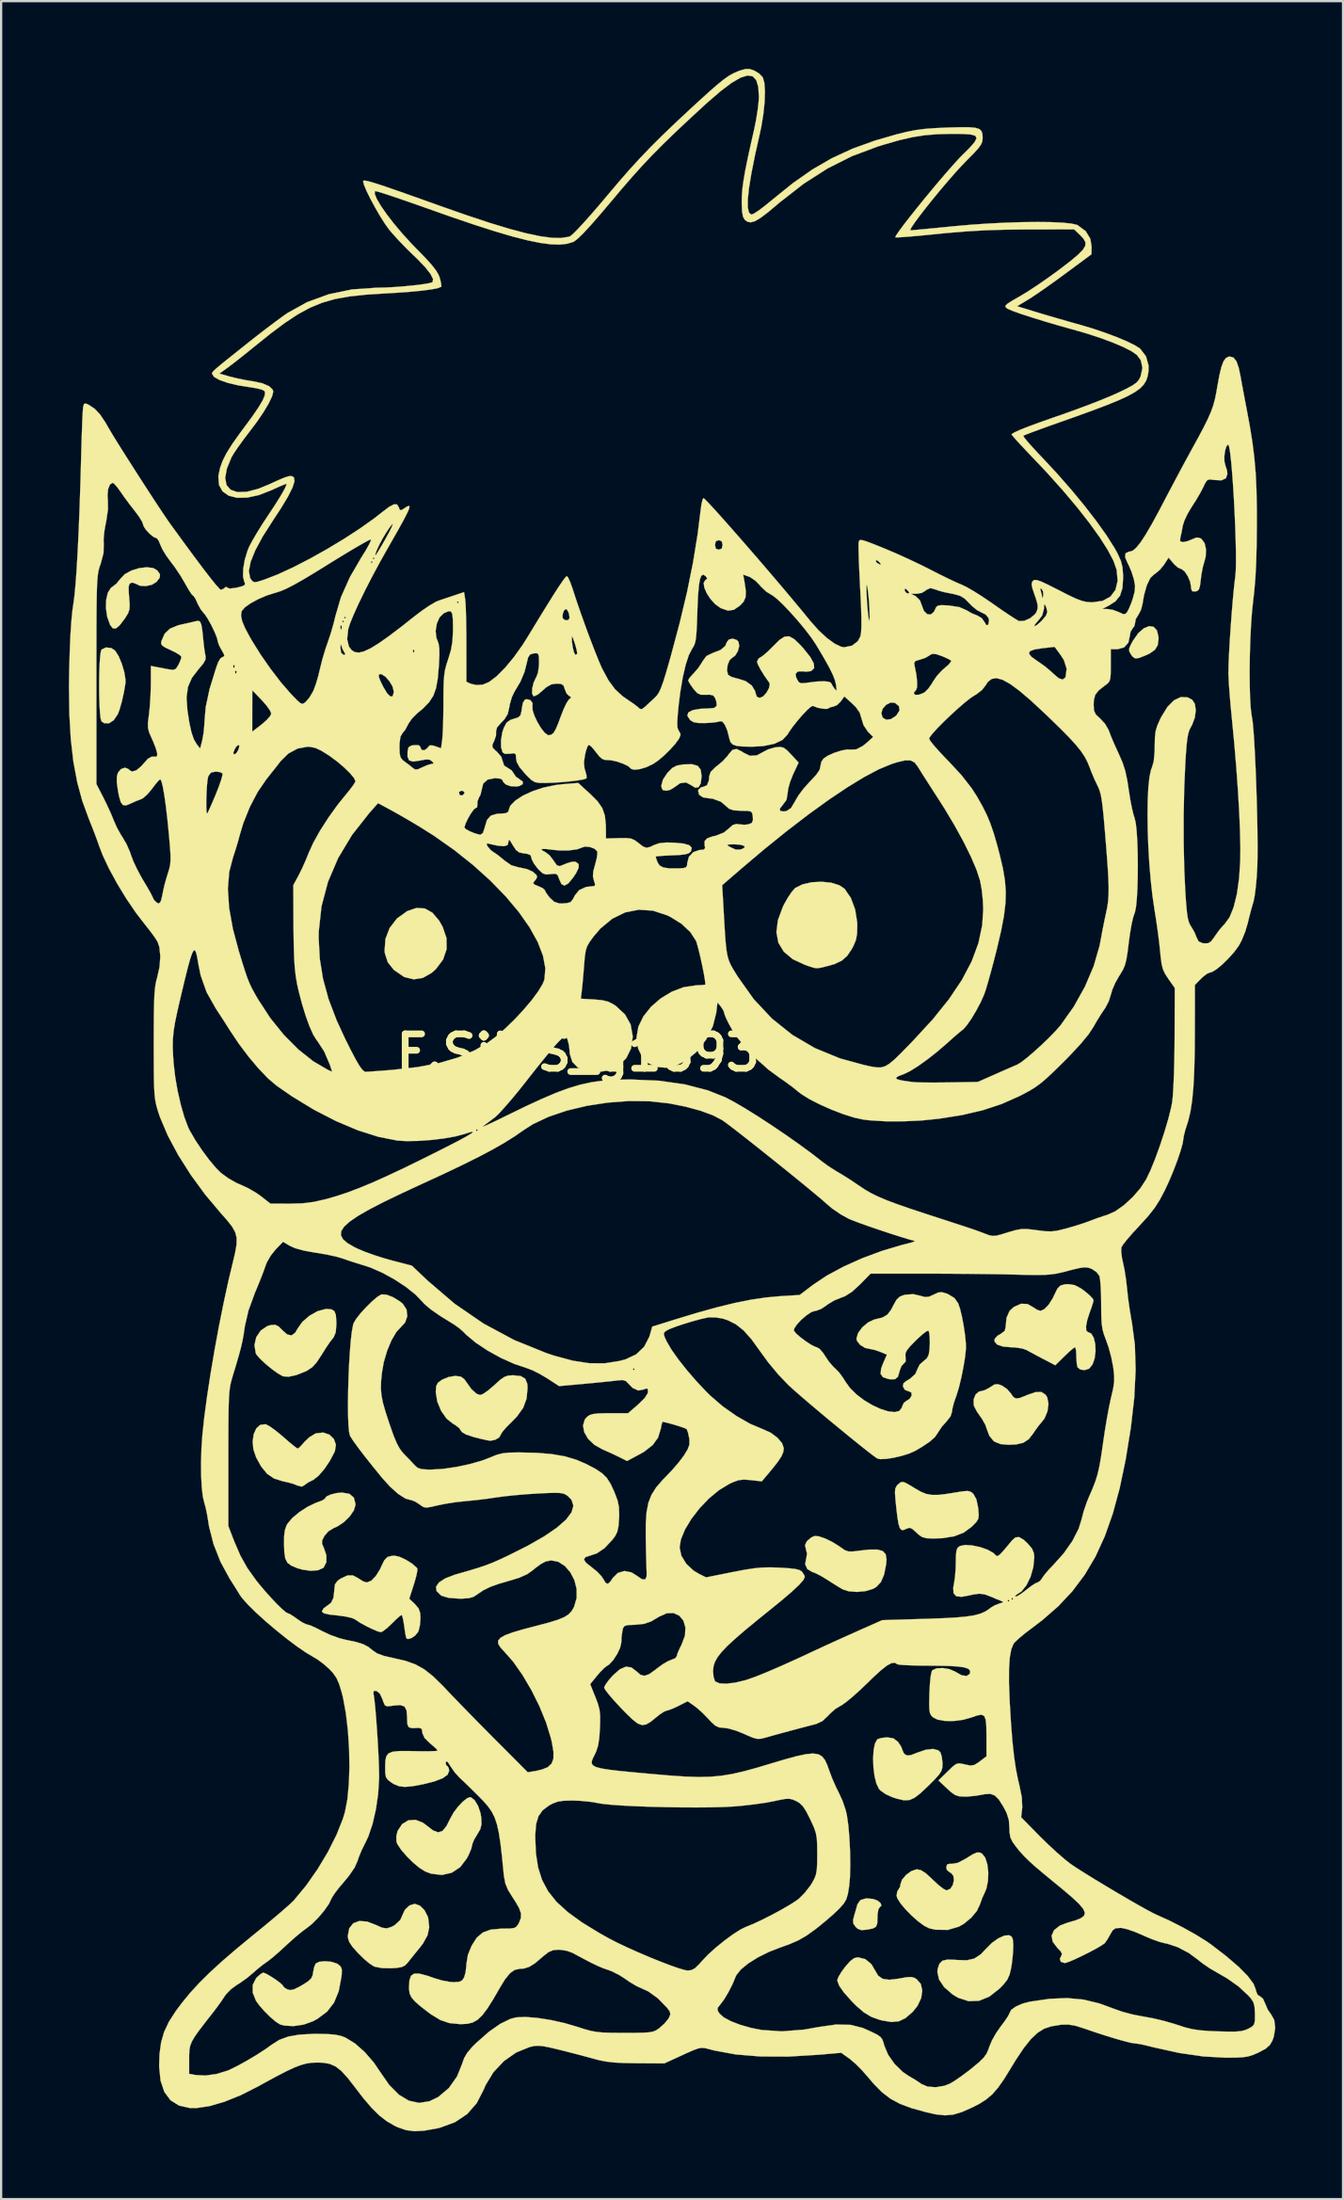
<source format=kicad_pcb>
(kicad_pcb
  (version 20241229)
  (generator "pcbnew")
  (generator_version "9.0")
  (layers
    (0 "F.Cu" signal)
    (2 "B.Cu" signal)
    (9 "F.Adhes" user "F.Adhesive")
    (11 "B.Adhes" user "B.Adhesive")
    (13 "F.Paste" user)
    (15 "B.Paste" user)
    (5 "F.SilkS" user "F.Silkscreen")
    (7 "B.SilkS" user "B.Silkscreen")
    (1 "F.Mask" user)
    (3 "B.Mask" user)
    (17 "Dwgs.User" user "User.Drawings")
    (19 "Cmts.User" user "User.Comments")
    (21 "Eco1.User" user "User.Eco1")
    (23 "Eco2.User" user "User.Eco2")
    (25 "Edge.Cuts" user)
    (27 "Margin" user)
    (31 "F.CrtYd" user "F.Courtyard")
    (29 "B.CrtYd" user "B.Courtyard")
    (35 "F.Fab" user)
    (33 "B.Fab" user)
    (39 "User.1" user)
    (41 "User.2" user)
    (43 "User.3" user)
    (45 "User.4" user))
  (footprint "F.SilkS_g18930"
    (layer "F.Cu")
    (at 23.274 43.554)
    (property "Reference" "F.SilkS_g18930" (at 0 0 0) (layer "F.SilkS") (effects (font (size 1.524 1.524) (thickness 0.3))))
    (attr through_hole)
    (fp_poly (pts (xy 24.76 -18.853) (xy 24.906 -18.694) (xy 24.974 -18.404) (xy 24.977 -18.327) (xy 24.942 -18.045) (xy 24.817 -17.838) (xy 24.572 -17.668) (xy 24.362 -17.572) (xy 24.104 -17.474) (xy 23.945 -17.456) (xy 23.835 -17.524) (xy 23.75 -17.64) (xy 23.68 -17.77) (xy 23.677 -17.893) (xy 23.749 -18.066) (xy 23.835 -18.225) (xy 24.073 -18.568) (xy 24.322 -18.788) (xy 24.558 -18.884) (xy 24.76 -18.853)) (stroke (width 0.01) (type solid)) (fill yes) (layer "F.SilkS"))
    (fp_poly (pts (xy -7.512 -6.385) (xy -7.18 -6.2) (xy -6.881 -5.849) (xy -6.727 -5.58) (xy -6.554 -5.076) (xy -6.548 -4.587) (xy -6.704 -4.125) (xy -7.022 -3.703) (xy -7.208 -3.536) (xy -7.598 -3.313) (xy -8.004 -3.248) (xy -8.4 -3.345) (xy -8.467 -3.378) (xy -8.885 -3.667) (xy -9.151 -3.999) (xy -9.281 -4.397) (xy -9.294 -4.509) (xy -9.257 -5.037) (xy -9.068 -5.526) (xy -8.745 -5.944) (xy -8.305 -6.261) (xy -8.29 -6.269) (xy -7.881 -6.408) (xy -7.512 -6.385)) (stroke (width 0.01) (type solid)) (fill yes) (layer "F.SilkS"))
    (fp_poly (pts (xy 12.331 37.462) (xy 12.53 37.534) (xy 12.665 37.645) (xy 12.705 37.756) (xy 12.631 37.827) (xy 12.569 37.928) (xy 12.534 38.151) (xy 12.531 38.271) (xy 12.521 38.543) (xy 12.466 38.694) (xy 12.323 38.772) (xy 12.056 38.824) (xy 11.812 38.842) (xy 11.652 38.782) (xy 11.564 38.7) (xy 11.463 38.557) (xy 11.45 38.403) (xy 11.498 38.205) (xy 11.575 37.945) (xy 11.637 37.724) (xy 11.643 37.702) (xy 11.772 37.515) (xy 12.023 37.438) (xy 12.331 37.462)) (stroke (width 0.01) (type solid)) (fill yes) (layer "F.SilkS"))
    (fp_poly (pts (xy 4.569 -12.7) (xy 4.7 -12.535) (xy 4.741 -12.262) (xy 4.741 -12.242) (xy 4.707 -11.928) (xy 4.609 -11.755) (xy 4.459 -11.731) (xy 4.292 -11.838) (xy 4.052 -11.965) (xy 3.789 -11.93) (xy 3.543 -11.755) (xy 3.34 -11.633) (xy 3.175 -11.599) (xy 3.021 -11.629) (xy 2.967 -11.752) (xy 2.963 -11.839) (xy 3.032 -12.09) (xy 3.221 -12.377) (xy 3.241 -12.4) (xy 3.443 -12.605) (xy 3.643 -12.711) (xy 3.922 -12.76) (xy 3.948 -12.763) (xy 4.325 -12.771) (xy 4.569 -12.7)) (stroke (width 0.01) (type solid)) (fill yes) (layer "F.SilkS"))
    (fp_poly (pts (xy -21.394 -17.913) (xy -21.229 -17.801) (xy -21.073 -17.559) (xy -20.93 -17.219) (xy -20.821 -16.847) (xy -20.767 -16.512) (xy -20.77 -16.356) (xy -20.838 -15.955) (xy -20.929 -15.549) (xy -21.028 -15.198) (xy -21.108 -14.986) (xy -21.287 -14.722) (xy -21.497 -14.584) (xy -21.708 -14.586) (xy -21.827 -14.664) (xy -21.866 -14.786) (xy -21.896 -15.044) (xy -21.918 -15.401) (xy -21.93 -15.826) (xy -21.934 -16.282) (xy -21.929 -16.737) (xy -21.916 -17.155) (xy -21.893 -17.503) (xy -21.862 -17.747) (xy -21.827 -17.848) (xy -21.628 -17.941) (xy -21.394 -17.913)) (stroke (width 0.01) (type solid)) (fill yes) (layer "F.SilkS"))
    (fp_poly (pts (xy 10.483 -7.525) (xy 10.844 -7.413) (xy 11.076 -7.255) (xy 11.35 -6.855) (xy 11.54 -6.347) (xy 11.631 -5.779) (xy 11.636 -5.63) (xy 11.627 -5.27) (xy 11.579 -5) (xy 11.474 -4.742) (xy 11.398 -4.598) (xy 11.192 -4.29) (xy 10.949 -4.075) (xy 10.622 -3.922) (xy 10.241 -3.816) (xy 10.011 -3.763) (xy 9.862 -3.741) (xy 9.729 -3.755) (xy 9.549 -3.81) (xy 9.326 -3.887) (xy 8.78 -4.14) (xy 8.386 -4.468) (xy 8.144 -4.867) (xy 8.056 -5.335) (xy 8.122 -5.869) (xy 8.344 -6.467) (xy 8.389 -6.557) (xy 8.56 -6.863) (xy 8.736 -7.123) (xy 8.881 -7.286) (xy 8.893 -7.295) (xy 9.215 -7.455) (xy 9.619 -7.546) (xy 10.058 -7.569) (xy 10.483 -7.525)) (stroke (width 0.01) (type solid)) (fill yes) (layer "F.SilkS"))
    (fp_poly (pts (xy 18.37 39.073) (xy 18.473 39.133) (xy 18.525 39.26) (xy 18.542 39.499) (xy 18.542 39.572) (xy 18.525 39.921) (xy 18.481 40.317) (xy 18.45 40.516) (xy 18.38 40.813) (xy 18.278 41.038) (xy 18.106 41.257) (xy 17.936 41.431) (xy 17.486 41.785) (xy 17.028 41.971) (xy 16.565 41.989) (xy 16.1 41.838) (xy 15.856 41.69) (xy 15.486 41.37) (xy 15.258 41.031) (xy 15.182 40.692) (xy 15.197 40.557) (xy 15.275 40.331) (xy 15.407 40.199) (xy 15.628 40.147) (xy 15.973 40.158) (xy 16.045 40.165) (xy 16.482 40.179) (xy 16.816 40.103) (xy 17.101 39.917) (xy 17.328 39.677) (xy 17.592 39.412) (xy 17.881 39.207) (xy 18.153 39.085) (xy 18.365 39.071) (xy 18.37 39.073)) (stroke (width 0.01) (type solid)) (fill yes) (layer "F.SilkS"))
    (fp_poly (pts (xy 11.991 40.127) (xy 12.261 40.351) (xy 12.415 40.612) (xy 12.562 40.862) (xy 12.767 41.002) (xy 13.059 41.042) (xy 13.469 40.992) (xy 13.508 40.984) (xy 13.819 40.929) (xy 14.019 40.918) (xy 14.16 40.953) (xy 14.256 41.007) (xy 14.447 41.223) (xy 14.515 41.518) (xy 14.464 41.856) (xy 14.299 42.203) (xy 14.085 42.467) (xy 13.775 42.735) (xy 13.479 42.879) (xy 13.147 42.911) (xy 12.732 42.842) (xy 12.61 42.81) (xy 12.255 42.682) (xy 11.928 42.485) (xy 11.583 42.188) (xy 11.379 41.98) (xy 11.044 41.603) (xy 10.839 41.311) (xy 10.756 41.093) (xy 10.753 41.052) (xy 10.803 40.914) (xy 10.933 40.698) (xy 11.093 40.478) (xy 11.314 40.223) (xy 11.49 40.089) (xy 11.655 40.047) (xy 11.667 40.047) (xy 11.991 40.127)) (stroke (width 0.01) (type solid)) (fill yes) (layer "F.SilkS"))
    (fp_poly (pts (xy -19.537 -21.455) (xy -19.359 -21.351) (xy -19.24 -21.178) (xy -19.252 -21.028) (xy -19.392 -20.844) (xy -19.594 -20.719) (xy -19.861 -20.659) (xy -20.122 -20.671) (xy -20.297 -20.755) (xy -20.451 -20.812) (xy -20.527 -20.799) (xy -20.596 -20.745) (xy -20.628 -20.625) (xy -20.625 -20.401) (xy -20.606 -20.163) (xy -20.582 -19.846) (xy -20.592 -19.632) (xy -20.65 -19.459) (xy -20.769 -19.263) (xy -20.814 -19.198) (xy -21.031 -18.914) (xy -21.197 -18.78) (xy -21.329 -18.788) (xy -21.443 -18.932) (xy -21.45 -18.947) (xy -21.576 -19.296) (xy -21.632 -19.678) (xy -21.622 -20.048) (xy -21.549 -20.363) (xy -21.415 -20.579) (xy -21.346 -20.627) (xy -21.167 -20.767) (xy -21 -20.973) (xy -20.993 -20.983) (xy -20.796 -21.186) (xy -20.503 -21.346) (xy -20.164 -21.451) (xy -19.826 -21.491) (xy -19.537 -21.455)) (stroke (width 0.01) (type solid)) (fill yes) (layer "F.SilkS"))
    (fp_poly (pts (xy -7.734 37.758) (xy -7.528 37.961) (xy -7.384 38.241) (xy -7.363 38.316) (xy -7.318 38.712) (xy -7.391 39.07) (xy -7.596 39.437) (xy -7.734 39.617) (xy -7.95 39.883) (xy -8.15 40.132) (xy -8.264 40.275) (xy -8.386 40.404) (xy -8.535 40.478) (xy -8.764 40.516) (xy -8.983 40.531) (xy -9.393 40.525) (xy -9.71 40.468) (xy -9.779 40.441) (xy -9.963 40.322) (xy -10.207 40.117) (xy -10.46 39.87) (xy -10.477 39.852) (xy -10.721 39.577) (xy -10.859 39.369) (xy -10.916 39.187) (xy -10.922 39.098) (xy -10.859 38.762) (xy -10.683 38.54) (xy -10.411 38.44) (xy -10.062 38.467) (xy -9.694 38.608) (xy -9.409 38.735) (xy -9.196 38.765) (xy -8.986 38.699) (xy -8.835 38.614) (xy -8.597 38.39) (xy -8.51 38.191) (xy -8.392 37.937) (xy -8.19 37.75) (xy -7.961 37.679) (xy -7.734 37.758)) (stroke (width 0.01) (type solid)) (fill yes) (layer "F.SilkS"))
    (fp_poly (pts (xy 9.927 21.409) (xy 10.208 21.503) (xy 10.528 21.658) (xy 10.841 21.853) (xy 10.907 21.901) (xy 11.088 22.025) (xy 11.251 22.079) (xy 11.465 22.078) (xy 11.671 22.052) (xy 12.174 21.996) (xy 12.533 21.997) (xy 12.767 22.063) (xy 12.893 22.204) (xy 12.931 22.428) (xy 12.915 22.638) (xy 12.823 23.104) (xy 12.682 23.434) (xy 12.476 23.653) (xy 12.338 23.734) (xy 12.008 23.834) (xy 11.622 23.871) (xy 11.254 23.842) (xy 11.007 23.764) (xy 10.824 23.659) (xy 10.563 23.497) (xy 10.329 23.346) (xy 10.048 23.175) (xy 9.788 23.042) (xy 9.63 22.982) (xy 9.424 22.858) (xy 9.329 22.647) (xy 9.369 22.407) (xy 9.379 22.389) (xy 9.411 22.166) (xy 9.369 22.006) (xy 9.324 21.805) (xy 9.389 21.65) (xy 9.429 21.603) (xy 9.603 21.459) (xy 9.734 21.397) (xy 9.927 21.409)) (stroke (width 0.01) (type solid)) (fill yes) (layer "F.SilkS"))
    (fp_poly (pts (xy -11.644 11.363) (xy -11.517 11.44) (xy -11.453 11.607) (xy -11.431 11.898) (xy -11.43 12.045) (xy -11.459 12.383) (xy -11.555 12.607) (xy -11.593 12.652) (xy -11.716 12.811) (xy -11.889 13.064) (xy -12.073 13.358) (xy -12.085 13.377) (xy -12.302 13.707) (xy -12.501 13.924) (xy -12.728 14.075) (xy -12.79 14.106) (xy -13.198 14.269) (xy -13.543 14.344) (xy -13.791 14.325) (xy -13.802 14.32) (xy -14.018 14.199) (xy -14.284 14.007) (xy -14.558 13.782) (xy -14.797 13.559) (xy -14.959 13.375) (xy -14.997 13.308) (xy -15.057 12.944) (xy -14.977 12.594) (xy -14.779 12.3) (xy -14.486 12.102) (xy -14.338 12.058) (xy -14.143 12.044) (xy -13.988 12.118) (xy -13.838 12.268) (xy -13.607 12.473) (xy -13.416 12.516) (xy -13.252 12.396) (xy -13.145 12.213) (xy -12.934 11.914) (xy -12.622 11.645) (xy -12.265 11.444) (xy -11.918 11.349) (xy -11.853 11.345) (xy -11.644 11.363)) (stroke (width 0.01) (type solid)) (fill yes) (layer "F.SilkS"))
    (fp_poly (pts (xy -10.854 19.528) (xy -10.657 19.695) (xy -10.584 19.976) (xy -10.583 20.013) (xy -10.654 20.259) (xy -10.839 20.53) (xy -11.099 20.784) (xy -11.393 20.978) (xy -11.531 21.035) (xy -11.785 21.188) (xy -11.96 21.394) (xy -12.058 21.589) (xy -12.065 21.735) (xy -11.985 21.919) (xy -11.872 22.252) (xy -11.875 22.558) (xy -11.992 22.789) (xy -12.008 22.805) (xy -12.234 22.909) (xy -12.561 22.936) (xy -12.941 22.883) (xy -13.157 22.82) (xy -13.425 22.708) (xy -13.596 22.579) (xy -13.691 22.393) (xy -13.734 22.109) (xy -13.746 21.79) (xy -13.743 21.407) (xy -13.71 21.139) (xy -13.639 20.934) (xy -13.59 20.845) (xy -13.381 20.598) (xy -13.066 20.336) (xy -12.7 20.099) (xy -12.337 19.926) (xy -12.255 19.898) (xy -12.054 19.82) (xy -11.945 19.75) (xy -11.938 19.734) (xy -11.862 19.642) (xy -11.67 19.556) (xy -11.414 19.494) (xy -11.178 19.473) (xy -10.854 19.528)) (stroke (width 0.01) (type solid)) (fill yes) (layer "F.SilkS"))
    (fp_poly (pts (xy -5.479 32.957) (xy -5.308 33.091) (xy -5.155 33.344) (xy -5.047 33.665) (xy -5.015 33.861) (xy -5.004 34.155) (xy -5.055 34.372) (xy -5.188 34.601) (xy -5.196 34.613) (xy -5.332 34.84) (xy -5.41 35.034) (xy -5.419 35.087) (xy -5.458 35.244) (xy -5.558 35.484) (xy -5.648 35.661) (xy -5.946 36.054) (xy -6.322 36.303) (xy -6.758 36.402) (xy -7.232 36.345) (xy -7.493 36.248) (xy -7.742 36.093) (xy -8.029 35.855) (xy -8.313 35.575) (xy -8.558 35.29) (xy -8.724 35.042) (xy -8.769 34.933) (xy -8.776 34.693) (xy -8.719 34.454) (xy -8.517 34.148) (xy -8.242 33.982) (xy -7.923 33.961) (xy -7.59 34.092) (xy -7.441 34.205) (xy -7.15 34.429) (xy -6.921 34.514) (xy -6.731 34.453) (xy -6.555 34.238) (xy -6.387 33.904) (xy -6.238 33.638) (xy -6.04 33.375) (xy -5.827 33.151) (xy -5.632 32.999) (xy -5.488 32.955) (xy -5.479 32.957)) (stroke (width 0.01) (type solid)) (fill yes) (layer "F.SilkS"))
    (fp_poly (pts (xy 18.031 14.731) (xy 18.264 14.885) (xy 18.435 15.082) (xy 18.543 15.239) (xy 18.656 15.307) (xy 18.82 15.289) (xy 19.077 15.19) (xy 19.17 15.15) (xy 19.532 15.025) (xy 19.794 15.022) (xy 19.976 15.143) (xy 20.048 15.259) (xy 20.103 15.541) (xy 20.058 15.875) (xy 19.928 16.188) (xy 19.81 16.342) (xy 19.665 16.514) (xy 19.493 16.754) (xy 19.431 16.849) (xy 19.227 17.11) (xy 18.989 17.267) (xy 18.67 17.342) (xy 18.336 17.357) (xy 17.979 17.326) (xy 17.726 17.225) (xy 17.668 17.184) (xy 17.486 16.962) (xy 17.393 16.718) (xy 17.304 16.465) (xy 17.148 16.191) (xy 17.091 16.115) (xy 16.929 15.88) (xy 16.815 15.662) (xy 16.794 15.601) (xy 16.788 15.352) (xy 16.874 15.133) (xy 17.024 15.002) (xy 17.104 14.986) (xy 17.289 14.937) (xy 17.506 14.818) (xy 17.525 14.804) (xy 17.711 14.688) (xy 17.865 14.675) (xy 18.031 14.731)) (stroke (width 0.01) (type solid)) (fill yes) (layer "F.SilkS"))
    (fp_poly (pts (xy 13.235 30.352) (xy 13.427 30.499) (xy 13.456 30.534) (xy 13.577 30.717) (xy 13.631 30.857) (xy 13.631 30.862) (xy 13.691 31.001) (xy 13.753 31.068) (xy 13.865 31.116) (xy 14.033 31.089) (xy 14.272 30.994) (xy 14.667 30.859) (xy 14.995 30.822) (xy 15.23 30.886) (xy 15.322 30.982) (xy 15.379 31.172) (xy 15.408 31.434) (xy 15.409 31.494) (xy 15.4 31.658) (xy 15.358 31.8) (xy 15.261 31.952) (xy 15.087 32.149) (xy 14.815 32.422) (xy 14.763 32.473) (xy 14.43 32.786) (xy 14.169 32.986) (xy 13.94 33.086) (xy 13.701 33.096) (xy 13.411 33.031) (xy 13.173 32.953) (xy 12.897 32.826) (xy 12.669 32.668) (xy 12.597 32.592) (xy 12.482 32.353) (xy 12.4 32.02) (xy 12.352 31.633) (xy 12.338 31.237) (xy 12.361 30.871) (xy 12.421 30.58) (xy 12.518 30.404) (xy 12.538 30.389) (xy 12.699 30.338) (xy 12.937 30.312) (xy 12.969 30.312) (xy 13.235 30.352)) (stroke (width 0.01) (type solid)) (fill yes) (layer "F.SilkS"))
    (fp_poly (pts (xy -14.549 16.453) (xy -14.399 16.53) (xy -14.165 16.694) (xy -13.891 16.914) (xy -13.775 17.015) (xy -13.516 17.24) (xy -13.303 17.415) (xy -13.168 17.513) (xy -13.14 17.526) (xy -13.056 17.466) (xy -12.914 17.314) (xy -12.85 17.237) (xy -12.631 17.027) (xy -12.377 16.871) (xy -12.323 16.85) (xy -12.008 16.816) (xy -11.737 16.909) (xy -11.541 17.098) (xy -11.45 17.353) (xy -11.495 17.643) (xy -11.504 17.664) (xy -11.718 18.069) (xy -11.967 18.437) (xy -12.22 18.73) (xy -12.448 18.909) (xy -12.485 18.927) (xy -12.689 19.029) (xy -12.817 19.122) (xy -12.826 19.133) (xy -12.963 19.21) (xy -13.175 19.155) (xy -13.208 19.137) (xy -13.358 19.081) (xy -13.61 19.013) (xy -13.818 18.967) (xy -14.193 18.848) (xy -14.497 18.641) (xy -14.76 18.318) (xy -14.983 17.914) (xy -15.104 17.557) (xy -15.136 17.203) (xy -15.089 16.883) (xy -14.973 16.629) (xy -14.797 16.474) (xy -14.57 16.448) (xy -14.549 16.453)) (stroke (width 0.01) (type solid)) (fill yes) (layer "F.SilkS"))
    (fp_poly (pts (xy 13.768 19.038) (xy 13.971 19.152) (xy 14.16 19.268) (xy 14.437 19.428) (xy 14.68 19.53) (xy 14.931 19.577) (xy 15.232 19.575) (xy 15.626 19.527) (xy 15.987 19.469) (xy 16.309 19.418) (xy 16.511 19.402) (xy 16.637 19.426) (xy 16.735 19.492) (xy 16.775 19.531) (xy 16.911 19.773) (xy 16.991 20.164) (xy 16.992 20.181) (xy 17.015 20.458) (xy 16.994 20.635) (xy 16.904 20.782) (xy 16.72 20.968) (xy 16.696 20.991) (xy 16.349 21.246) (xy 15.925 21.41) (xy 15.396 21.492) (xy 15.001 21.505) (xy 14.706 21.494) (xy 14.51 21.443) (xy 14.346 21.33) (xy 14.254 21.243) (xy 14.077 21.082) (xy 13.952 21.032) (xy 13.822 21.071) (xy 13.802 21.081) (xy 13.683 21.132) (xy 13.591 21.126) (xy 13.521 21.043) (xy 13.464 20.864) (xy 13.414 20.569) (xy 13.363 20.137) (xy 13.326 19.769) (xy 13.305 19.474) (xy 13.321 19.291) (xy 13.386 19.168) (xy 13.453 19.101) (xy 13.55 19.022) (xy 13.641 18.998) (xy 13.768 19.038)) (stroke (width 0.01) (type solid)) (fill yes) (layer "F.SilkS"))
    (fp_poly (pts (xy -11.658 40.245) (xy -11.417 40.319) (xy -11.354 40.356) (xy -11.238 40.457) (xy -11.189 40.583) (xy -11.193 40.791) (xy -11.208 40.927) (xy -11.328 41.555) (xy -11.533 42.053) (xy -11.838 42.448) (xy -12.261 42.767) (xy -12.468 42.879) (xy -12.88 43.026) (xy -13.324 43.092) (xy -13.734 43.07) (xy -13.928 43.016) (xy -14.115 42.897) (xy -14.36 42.687) (xy -14.62 42.428) (xy -14.851 42.163) (xy -14.989 41.971) (xy -15.134 41.609) (xy -15.132 41.265) (xy -14.984 40.972) (xy -14.948 40.932) (xy -14.789 40.792) (xy -14.676 40.726) (xy -14.668 40.725) (xy -14.549 40.768) (xy -14.356 40.878) (xy -14.137 41.019) (xy -13.942 41.161) (xy -13.819 41.27) (xy -13.801 41.302) (xy -13.733 41.388) (xy -13.607 41.463) (xy -13.47 41.498) (xy -13.31 41.467) (xy -13.079 41.355) (xy -12.95 41.281) (xy -12.689 41.116) (xy -12.544 40.981) (xy -12.478 40.835) (xy -12.46 40.72) (xy -12.416 40.49) (xy -12.349 40.329) (xy -12.344 40.323) (xy -12.188 40.245) (xy -11.937 40.22) (xy -11.658 40.245)) (stroke (width 0.01) (type solid)) (fill yes) (layer "F.SilkS"))
    (fp_poly (pts (xy -3.267 14.315) (xy -3.067 14.433) (xy -2.976 14.656) (xy -2.963 14.838) (xy -3.008 15.313) (xy -3.156 15.718) (xy -3.431 16.102) (xy -3.66 16.337) (xy -3.89 16.567) (xy -4.062 16.763) (xy -4.145 16.889) (xy -4.149 16.905) (xy -4.222 17.033) (xy -4.396 17.136) (xy -4.605 17.177) (xy -4.63 17.176) (xy -4.788 17.149) (xy -5.051 17.09) (xy -5.334 17.018) (xy -5.691 16.902) (xy -5.88 16.788) (xy -5.912 16.732) (xy -6 16.608) (xy -6.187 16.469) (xy -6.263 16.427) (xy -6.549 16.199) (xy -6.791 15.855) (xy -6.96 15.448) (xy -7.027 15.032) (xy -7.027 15.01) (xy -7.01 14.764) (xy -6.934 14.612) (xy -6.76 14.482) (xy -6.752 14.477) (xy -6.474 14.361) (xy -6.176 14.309) (xy -6.161 14.309) (xy -5.919 14.339) (xy -5.763 14.454) (xy -5.701 14.541) (xy -5.451 14.891) (xy -5.224 15.098) (xy -5.06 15.155) (xy -4.924 15.1) (xy -4.712 14.953) (xy -4.468 14.746) (xy -4.438 14.718) (xy -4.185 14.489) (xy -3.998 14.357) (xy -3.828 14.296) (xy -3.625 14.281) (xy -3.601 14.28) (xy -3.267 14.315)) (stroke (width 0.01) (type solid)) (fill yes) (layer "F.SilkS"))
    (fp_poly (pts (xy 17.161 35.457) (xy 17.301 35.635) (xy 17.394 35.927) (xy 17.437 36.285) (xy 17.424 36.661) (xy 17.353 37.005) (xy 17.285 37.17) (xy 17.165 37.43) (xy 17.078 37.673) (xy 17.072 37.696) (xy 16.933 37.991) (xy 16.68 38.295) (xy 16.357 38.561) (xy 16.141 38.687) (xy 15.648 38.833) (xy 15.107 38.826) (xy 14.827 38.765) (xy 14.607 38.656) (xy 14.337 38.459) (xy 14.049 38.206) (xy 13.777 37.929) (xy 13.553 37.662) (xy 13.411 37.436) (xy 13.377 37.319) (xy 13.406 37.132) (xy 13.462 37.042) (xy 13.532 36.923) (xy 13.547 36.818) (xy 13.618 36.611) (xy 13.797 36.399) (xy 14.029 36.23) (xy 14.262 36.153) (xy 14.284 36.153) (xy 14.459 36.191) (xy 14.662 36.319) (xy 14.927 36.56) (xy 14.986 36.618) (xy 15.225 36.841) (xy 15.436 37.006) (xy 15.579 37.082) (xy 15.594 37.084) (xy 15.755 37.015) (xy 15.866 36.847) (xy 15.915 36.636) (xy 15.891 36.438) (xy 15.783 36.31) (xy 15.748 36.297) (xy 15.605 36.184) (xy 15.579 36.07) (xy 15.609 35.939) (xy 15.734 35.905) (xy 15.817 35.911) (xy 16.089 35.864) (xy 16.443 35.678) (xy 16.466 35.663) (xy 16.741 35.491) (xy 16.923 35.41) (xy 17.056 35.408) (xy 17.161 35.457)) (stroke (width 0.01) (type solid)) (fill yes) (layer "F.SilkS"))
    (fp_poly (pts (xy 21.266 10.29) (xy 21.548 10.439) (xy 21.703 10.552) (xy 21.915 10.732) (xy 22.058 10.883) (xy 22.098 10.954) (xy 22.07 11.081) (xy 21.997 11.308) (xy 21.929 11.494) (xy 21.818 11.837) (xy 21.766 12.117) (xy 21.775 12.302) (xy 21.838 12.361) (xy 21.998 12.436) (xy 22.111 12.632) (xy 22.174 12.908) (xy 22.186 13.222) (xy 22.146 13.534) (xy 22.052 13.802) (xy 21.903 13.984) (xy 21.895 13.99) (xy 21.704 14.051) (xy 21.509 14.025) (xy 21.389 13.924) (xy 21.387 13.921) (xy 21.355 13.756) (xy 21.337 13.504) (xy 21.336 13.413) (xy 21.324 13.188) (xy 21.293 13.054) (xy 21.275 13.039) (xy 21.189 13.094) (xy 21.02 13.238) (xy 20.81 13.438) (xy 20.404 13.837) (xy 19.875 13.561) (xy 19.574 13.402) (xy 19.304 13.257) (xy 19.135 13.163) (xy 18.929 13.093) (xy 18.637 13.049) (xy 18.452 13.04) (xy 18.082 13.008) (xy 17.829 12.92) (xy 17.713 12.785) (xy 17.722 12.669) (xy 17.837 12.534) (xy 17.989 12.447) (xy 18.165 12.315) (xy 18.203 12.162) (xy 18.246 11.732) (xy 18.381 11.429) (xy 18.575 11.252) (xy 18.894 11.113) (xy 19.173 11.126) (xy 19.412 11.261) (xy 19.598 11.38) (xy 19.746 11.43) (xy 19.747 11.43) (xy 19.917 11.356) (xy 20.108 11.159) (xy 20.289 10.876) (xy 20.368 10.709) (xy 20.496 10.445) (xy 20.634 10.306) (xy 20.833 10.253) (xy 21.005 10.246) (xy 21.266 10.29)) (stroke (width 0.01) (type solid)) (fill yes) (layer "F.SilkS"))
    (fp_poly (pts (xy -8.625 22.319) (xy -8.351 22.447) (xy -8.083 22.615) (xy -7.885 22.786) (xy -7.844 22.839) (xy -7.847 22.951) (xy -7.895 23.177) (xy -7.978 23.475) (xy -8 23.543) (xy -8.202 24.172) (xy -7.953 24.409) (xy -7.791 24.598) (xy -7.719 24.801) (xy -7.706 25.044) (xy -7.729 25.333) (xy -7.785 25.581) (xy -7.812 25.645) (xy -7.936 25.798) (xy -8.102 25.913) (xy -8.255 25.958) (xy -8.329 25.925) (xy -8.358 25.815) (xy -8.397 25.59) (xy -8.426 25.379) (xy -8.467 25.118) (xy -8.512 24.941) (xy -8.543 24.892) (xy -8.628 24.948) (xy -8.792 25.094) (xy -8.975 25.273) (xy -9.187 25.473) (xy -9.366 25.61) (xy -9.461 25.654) (xy -9.605 25.615) (xy -9.84 25.515) (xy -10.114 25.381) (xy -10.373 25.239) (xy -10.562 25.116) (xy -10.593 25.091) (xy -10.743 25.024) (xy -11.013 24.962) (xy -11.352 24.915) (xy -11.398 24.91) (xy -11.753 24.87) (xy -11.964 24.822) (xy -12.056 24.761) (xy -12.065 24.725) (xy -11.996 24.599) (xy -11.856 24.496) (xy -11.665 24.354) (xy -11.56 24.137) (xy -11.521 23.804) (xy -11.521 23.769) (xy -11.489 23.531) (xy -11.372 23.374) (xy -11.239 23.282) (xy -10.944 23.143) (xy -10.701 23.138) (xy -10.459 23.267) (xy -10.437 23.283) (xy -10.243 23.403) (xy -10.079 23.453) (xy -9.889 23.377) (xy -9.685 23.17) (xy -9.497 22.868) (xy -9.435 22.732) (xy -9.305 22.466) (xy -9.169 22.326) (xy -8.975 22.274) (xy -8.839 22.269) (xy -8.625 22.319)) (stroke (width 0.01) (type solid)) (fill yes) (layer "F.SilkS"))
    (fp_poly (pts (xy 6.875 -43.547) (xy 7.069 -43.482) (xy 7.291 -43.349) (xy 7.448 -43.185) (xy 7.455 -43.172) (xy 7.522 -42.93) (xy 7.547 -42.559) (xy 7.532 -42.091) (xy 7.478 -41.562) (xy 7.388 -41.005) (xy 7.319 -40.682) (xy 7.106 -39.728) (xy 6.947 -38.929) (xy 6.841 -38.281) (xy 6.788 -37.779) (xy 6.788 -37.419) (xy 6.839 -37.196) (xy 6.942 -37.104) (xy 6.945 -37.103) (xy 7.056 -37.146) (xy 7.264 -37.281) (xy 7.54 -37.488) (xy 7.855 -37.745) (xy 7.874 -37.761) (xy 8.78 -38.493) (xy 9.645 -39.099) (xy 10.511 -39.6) (xy 11.418 -40.019) (xy 12.408 -40.376) (xy 13.375 -40.656) (xy 13.824 -40.767) (xy 14.224 -40.845) (xy 14.629 -40.898) (xy 15.096 -40.933) (xy 15.641 -40.957) (xy 16.188 -40.972) (xy 16.588 -40.971) (xy 16.865 -40.946) (xy 17.041 -40.891) (xy 17.138 -40.799) (xy 17.179 -40.663) (xy 17.187 -40.493) (xy 17.173 -40.35) (xy 17.117 -40.209) (xy 16.998 -40.041) (xy 16.795 -39.817) (xy 16.489 -39.509) (xy 16.235 -39.246) (xy 15.939 -38.919) (xy 15.616 -38.548) (xy 15.282 -38.153) (xy 14.955 -37.755) (xy 14.65 -37.373) (xy 14.384 -37.029) (xy 14.173 -36.741) (xy 14.033 -36.532) (xy 13.981 -36.42) (xy 13.991 -36.407) (xy 14.104 -36.415) (xy 14.358 -36.438) (xy 14.729 -36.473) (xy 15.188 -36.517) (xy 15.709 -36.568) (xy 15.875 -36.585) (xy 16.643 -36.653) (xy 17.423 -36.707) (xy 18.191 -36.745) (xy 18.927 -36.769) (xy 19.609 -36.777) (xy 20.214 -36.77) (xy 20.722 -36.746) (xy 21.11 -36.707) (xy 21.356 -36.652) (xy 21.392 -36.636) (xy 21.75 -36.371) (xy 21.956 -36.034) (xy 22.01 -35.697) (xy 22.007 -35.348) (xy 20.846 -34.489) (xy 20.42 -34.178) (xy 20 -33.878) (xy 19.623 -33.617) (xy 19.324 -33.417) (xy 19.199 -33.339) (xy 18.713 -33.048) (xy 19.58 -32.782) (xy 20.026 -32.648) (xy 20.561 -32.492) (xy 21.112 -32.334) (xy 21.516 -32.221) (xy 22.072 -32.055) (xy 22.624 -31.868) (xy 23.141 -31.674) (xy 23.589 -31.485) (xy 23.938 -31.313) (xy 24.156 -31.172) (xy 24.16 -31.169) (xy 24.419 -30.833) (xy 24.534 -30.424) (xy 24.531 -30.171) (xy 24.495 -29.953) (xy 24.431 -29.76) (xy 24.325 -29.583) (xy 24.164 -29.415) (xy 23.932 -29.248) (xy 23.618 -29.073) (xy 23.206 -28.883) (xy 22.683 -28.67) (xy 22.036 -28.425) (xy 21.25 -28.141) (xy 20.672 -27.937) (xy 20.176 -27.761) (xy 19.736 -27.602) (xy 19.376 -27.469) (xy 19.121 -27.371) (xy 18.996 -27.318) (xy 18.988 -27.313) (xy 19.026 -27.239) (xy 19.164 -27.067) (xy 19.382 -26.82) (xy 19.661 -26.519) (xy 19.793 -26.381) (xy 20.459 -25.667) (xy 21.099 -24.939) (xy 21.694 -24.219) (xy 22.226 -23.53) (xy 22.677 -22.897) (xy 23.029 -22.341) (xy 23.163 -22.098) (xy 23.303 -21.788) (xy 23.378 -21.499) (xy 23.405 -21.149) (xy 23.407 -21.025) (xy 23.377 -20.567) (xy 23.269 -20.231) (xy 23.064 -19.98) (xy 22.769 -19.791) (xy 22.479 -19.643) (xy 22.716 -19.643) (xy 22.96 -19.603) (xy 23.216 -19.506) (xy 23.218 -19.506) (xy 23.401 -19.421) (xy 23.504 -19.424) (xy 23.589 -19.514) (xy 23.59 -19.515) (xy 23.675 -19.677) (xy 23.778 -19.933) (xy 23.84 -20.115) (xy 23.921 -20.423) (xy 23.936 -20.667) (xy 23.889 -20.94) (xy 23.881 -20.973) (xy 23.782 -21.287) (xy 23.655 -21.585) (xy 23.612 -21.666) (xy 23.498 -21.931) (xy 23.514 -22.106) (xy 23.658 -22.181) (xy 23.698 -22.183) (xy 23.833 -22.224) (xy 23.991 -22.358) (xy 24.181 -22.594) (xy 24.412 -22.946) (xy 24.69 -23.424) (xy 25.025 -24.042) (xy 25.159 -24.298) (xy 25.437 -24.828) (xy 25.727 -25.375) (xy 26.004 -25.895) (xy 26.246 -26.343) (xy 26.402 -26.628) (xy 26.724 -27.214) (xy 26.973 -27.682) (xy 27.161 -28.061) (xy 27.3 -28.377) (xy 27.4 -28.659) (xy 27.475 -28.936) (xy 27.536 -29.236) (xy 27.567 -29.422) (xy 27.664 -29.958) (xy 27.755 -30.346) (xy 27.851 -30.605) (xy 27.959 -30.754) (xy 28.087 -30.815) (xy 28.137 -30.819) (xy 28.298 -30.77) (xy 28.425 -30.611) (xy 28.527 -30.321) (xy 28.609 -29.929) (xy 28.656 -29.662) (xy 28.726 -29.288) (xy 28.806 -28.866) (xy 28.854 -28.617) (xy 29.01 -27.78) (xy 29.13 -27.037) (xy 29.217 -26.341) (xy 29.277 -25.647) (xy 29.312 -24.911) (xy 29.328 -24.086) (xy 29.329 -23.368) (xy 29.319 -22.451) (xy 29.298 -21.672) (xy 29.262 -20.999) (xy 29.211 -20.402) (xy 29.167 -20.024) (xy 29.113 -19.517) (xy 29.07 -18.922) (xy 29.039 -18.272) (xy 29.018 -17.596) (xy 29.009 -16.925) (xy 29.013 -16.292) (xy 29.028 -15.726) (xy 29.057 -15.259) (xy 29.098 -14.921) (xy 29.111 -14.859) (xy 29.144 -14.638) (xy 29.178 -14.273) (xy 29.212 -13.789) (xy 29.244 -13.21) (xy 29.274 -12.563) (xy 29.301 -11.873) (xy 29.324 -11.164) (xy 29.342 -10.461) (xy 29.355 -9.79) (xy 29.36 -9.177) (xy 29.358 -8.645) (xy 29.348 -8.22) (xy 29.347 -8.213) (xy 29.32 -7.751) (xy 29.28 -7.315) (xy 29.233 -6.952) (xy 29.184 -6.706) (xy 29.179 -6.689) (xy 29.095 -6.4) (xy 28.998 -6.034) (xy 28.922 -5.722) (xy 28.81 -5.348) (xy 28.656 -4.973) (xy 28.524 -4.727) (xy 28.321 -4.453) (xy 28.068 -4.169) (xy 27.8 -3.907) (xy 27.548 -3.699) (xy 27.348 -3.576) (xy 27.27 -3.556) (xy 27.127 -3.499) (xy 26.936 -3.354) (xy 26.856 -3.277) (xy 26.585 -2.998) (xy 26.584 -0.97) (xy 26.576 0.016) (xy 26.554 0.849) (xy 26.517 1.547) (xy 26.462 2.127) (xy 26.388 2.606) (xy 26.294 3) (xy 26.246 3.154) (xy 26.155 3.442) (xy 26.094 3.684) (xy 26.077 3.8) (xy 26.043 4.02) (xy 25.949 4.356) (xy 25.808 4.77) (xy 25.634 5.227) (xy 25.441 5.688) (xy 25.253 6.092) (xy 25.029 6.516) (xy 24.796 6.879) (xy 24.515 7.236) (xy 24.144 7.643) (xy 24.124 7.664) (xy 23.838 7.974) (xy 23.594 8.255) (xy 23.417 8.477) (xy 23.334 8.611) (xy 23.333 8.614) (xy 23.322 8.792) (xy 23.353 9.063) (xy 23.4 9.286) (xy 23.471 9.626) (xy 23.536 10.044) (xy 23.582 10.452) (xy 23.582 10.456) (xy 23.626 10.86) (xy 23.694 11.344) (xy 23.773 11.822) (xy 23.8 11.965) (xy 23.928 12.938) (xy 23.961 14.042) (xy 23.901 15.27) (xy 23.749 16.599) (xy 23.52 18.014) (xy 23.256 19.277) (xy 22.951 20.402) (xy 22.596 21.406) (xy 22.185 22.304) (xy 21.709 23.109) (xy 21.162 23.838) (xy 20.536 24.506) (xy 19.823 25.127) (xy 19.389 25.457) (xy 19.075 25.694) (xy 18.807 25.916) (xy 18.618 26.091) (xy 18.554 26.168) (xy 18.454 26.415) (xy 18.388 26.778) (xy 18.355 27.269) (xy 18.353 27.901) (xy 18.383 28.686) (xy 18.383 28.702) (xy 18.44 29.656) (xy 18.503 30.463) (xy 18.576 31.143) (xy 18.661 31.719) (xy 18.76 32.212) (xy 18.808 32.407) (xy 18.921 32.956) (xy 18.941 33.397) (xy 18.936 33.454) (xy 18.891 33.846) (xy 19.722 34.692) (xy 20.081 35.043) (xy 20.454 35.389) (xy 20.8 35.69) (xy 21.076 35.908) (xy 21.093 35.92) (xy 21.346 36.09) (xy 21.702 36.316) (xy 22.133 36.583) (xy 22.612 36.872) (xy 23.109 37.169) (xy 23.598 37.455) (xy 24.05 37.715) (xy 24.438 37.932) (xy 24.732 38.089) (xy 24.883 38.162) (xy 25.451 38.418) (xy 26.045 38.719) (xy 26.613 39.036) (xy 27.102 39.34) (xy 27.298 39.476) (xy 27.981 40.001) (xy 28.525 40.469) (xy 28.928 40.878) (xy 29.184 41.223) (xy 29.291 41.502) (xy 29.295 41.55) (xy 29.366 41.712) (xy 29.457 41.763) (xy 29.599 41.878) (xy 29.702 42.103) (xy 29.81 42.36) (xy 29.957 42.572) (xy 29.963 42.578) (xy 30.1 42.824) (xy 30.141 43.163) (xy 30.084 43.545) (xy 30.017 43.736) (xy 29.901 43.935) (xy 29.716 44.095) (xy 29.414 44.258) (xy 29.403 44.263) (xy 29.172 44.364) (xy 28.964 44.43) (xy 28.733 44.469) (xy 28.433 44.486) (xy 28.017 44.491) (xy 27.94 44.49) (xy 26.962 44.436) (xy 25.884 44.28) (xy 24.734 44.026) (xy 24.599 43.991) (xy 24.3 43.919) (xy 24.046 43.871) (xy 23.922 43.858) (xy 23.75 43.831) (xy 23.452 43.757) (xy 23.059 43.646) (xy 22.604 43.506) (xy 22.12 43.348) (xy 21.733 43.215) (xy 21.323 43.084) (xy 20.991 43.024) (xy 20.662 43.03) (xy 20.264 43.096) (xy 20.218 43.105) (xy 19.91 43.207) (xy 19.616 43.391) (xy 19.319 43.673) (xy 19.003 44.07) (xy 18.65 44.6) (xy 18.457 44.917) (xy 18.142 45.429) (xy 17.87 45.817) (xy 17.613 46.112) (xy 17.341 46.343) (xy 17.026 46.541) (xy 16.737 46.689) (xy 16.271 46.895) (xy 15.885 47.011) (xy 15.518 47.043) (xy 15.11 46.999) (xy 14.689 46.905) (xy 14.044 46.726) (xy 13.528 46.534) (xy 13.101 46.304) (xy 12.723 46.014) (xy 12.354 45.638) (xy 12.107 45.347) (xy 11.844 45.047) (xy 11.561 44.763) (xy 11.316 44.553) (xy 11.298 44.54) (xy 10.926 44.273) (xy 9.929 44.361) (xy 8.575 44.442) (xy 7.348 44.437) (xy 6.255 44.347) (xy 5.3 44.171) (xy 5.08 44.113) (xy 4.903 44.068) (xy 4.754 44.054) (xy 4.592 44.082) (xy 4.377 44.159) (xy 4.068 44.295) (xy 3.895 44.375) (xy 3.09 44.744) (xy 1.863 44.736) (xy 1.303 44.726) (xy 0.869 44.703) (xy 0.514 44.662) (xy 0.195 44.599) (xy 0 44.547) (xy -0.363 44.448) (xy -0.82 44.327) (xy -1.298 44.204) (xy -1.555 44.14) (xy -1.973 44.04) (xy -2.269 43.982) (xy -2.488 43.961) (xy -2.671 43.973) (xy -2.861 44.015) (xy -2.868 44.017) (xy -3.468 44.261) (xy -4.015 44.644) (xy -4.478 45.138) (xy -4.827 45.715) (xy -4.901 45.893) (xy -5.213 46.501) (xy -5.637 46.985) (xy -6.177 47.346) (xy -6.836 47.589) (xy -6.997 47.626) (xy -7.537 47.721) (xy -7.971 47.746) (xy -8.345 47.697) (xy -8.709 47.571) (xy -8.855 47.502) (xy -9.201 47.301) (xy -9.532 47.045) (xy -9.871 46.71) (xy -10.245 46.27) (xy -10.6 45.808) (xy -10.934 45.378) (xy -11.213 45.074) (xy -11.469 44.875) (xy -11.732 44.761) (xy -12.033 44.712) (xy -12.268 44.704) (xy -12.511 44.713) (xy -12.746 44.746) (xy -12.995 44.813) (xy -13.284 44.923) (xy -13.636 45.087) (xy -14.076 45.314) (xy -14.627 45.613) (xy -14.901 45.765) (xy -15.661 46.149) (xy -16.383 46.441) (xy -17.046 46.634) (xy -17.624 46.72) (xy -17.917 46.718) (xy -18.399 46.609) (xy -18.776 46.372) (xy -19.047 46.006) (xy -19.214 45.508) (xy -19.278 44.877) (xy -19.267 44.55) (xy -17.949 44.55) (xy -17.949 45.204) (xy -17.652 45.26) (xy -17.226 45.281) (xy -16.733 45.212) (xy -16.246 45.063) (xy -16.171 45.032) (xy -15.814 44.857) (xy -15.385 44.62) (xy -14.942 44.355) (xy -14.546 44.098) (xy -14.299 43.919) (xy -13.958 43.703) (xy -13.558 43.556) (xy -13.064 43.47) (xy -12.447 43.437) (xy -12.284 43.436) (xy -11.822 43.445) (xy -11.484 43.473) (xy -11.226 43.527) (xy -11.029 43.6) (xy -10.609 43.857) (xy -10.178 44.237) (xy -9.774 44.702) (xy -9.496 45.112) (xy -9.085 45.704) (xy -8.658 46.132) (xy -8.219 46.395) (xy -7.768 46.492) (xy -7.309 46.42) (xy -6.92 46.232) (xy -6.45 45.836) (xy -6.088 45.324) (xy -5.873 44.794) (xy -5.773 44.511) (xy -5.631 44.268) (xy -5.41 44.01) (xy -5.236 43.838) (xy -4.682 43.349) (xy -4.171 42.991) (xy -3.716 42.77) (xy -3.455 42.705) (xy -3.045 42.689) (xy -2.523 42.731) (xy -1.936 42.823) (xy -1.328 42.958) (xy -0.768 43.122) (xy -0.442 43.227) (xy -0.175 43.301) (xy 0.078 43.348) (xy 0.36 43.376) (xy 0.714 43.388) (xy 1.183 43.392) (xy 1.319 43.392) (xy 1.81 43.391) (xy 2.164 43.384) (xy 2.41 43.369) (xy 2.581 43.339) (xy 2.707 43.291) (xy 2.819 43.22) (xy 2.886 43.17) (xy 3.101 42.976) (xy 3.268 42.773) (xy 3.293 42.731) (xy 3.359 42.571) (xy 3.332 42.44) (xy 3.21 42.276) (xy 2.807 41.862) (xy 2.388 41.56) (xy 2.116 41.435) (xy 1.853 41.314) (xy 1.55 41.134) (xy 1.396 41.024) (xy 1.094 40.829) (xy 0.763 40.664) (xy 0.61 40.607) (xy 0.389 40.531) (xy 0.142 40.427) (xy -0.161 40.281) (xy -0.553 40.076) (xy -0.974 39.849) (xy -1.227 39.758) (xy -1.53 39.711) (xy -1.589 39.709) (xy -1.832 39.73) (xy -2.034 39.815) (xy -2.263 39.994) (xy -2.309 40.035) (xy -2.629 40.306) (xy -2.886 40.468) (xy -3.124 40.543) (xy -3.3 40.555) (xy -3.528 40.601) (xy -3.743 40.752) (xy -3.967 41.029) (xy -4.173 41.366) (xy -4.488 41.91) (xy -4.747 42.32) (xy -4.97 42.615) (xy -5.178 42.813) (xy -5.39 42.932) (xy -5.626 42.99) (xy -5.906 43.005) (xy -5.968 43.004) (xy -6.424 42.959) (xy -6.826 42.823) (xy -7.239 42.572) (xy -7.334 42.502) (xy -7.701 42.218) (xy -7.95 42) (xy -8.103 41.822) (xy -8.183 41.653) (xy -8.211 41.467) (xy -8.213 41.382) (xy -8.194 41.067) (xy -8.125 40.865) (xy -7.983 40.769) (xy -7.748 40.771) (xy -7.397 40.864) (xy -7.093 40.97) (xy -6.757 41.07) (xy -6.416 41.134) (xy -6.239 41.148) (xy -5.993 41.132) (xy -5.856 41.066) (xy -5.771 40.932) (xy -5.708 40.708) (xy -5.674 40.421) (xy -5.673 40.349) (xy -5.605 39.936) (xy -5.437 39.528) (xy -5.212 39.178) (xy -4.946 38.95) (xy -4.602 38.823) (xy -4.142 38.778) (xy -4.045 38.777) (xy -3.74 38.773) (xy -3.557 38.749) (xy -3.449 38.686) (xy -3.368 38.568) (xy -3.34 38.514) (xy -3.259 38.307) (xy -3.254 38.105) (xy -3.336 37.869) (xy -3.513 37.562) (xy -3.633 37.38) (xy -3.832 37.059) (xy -3.947 36.777) (xy -4.009 36.453) (xy -4.022 36.329) (xy -4.095 35.594) (xy -4.163 35.003) (xy -4.205 34.732) (xy -2.624 34.732) (xy -2.594 35.444) (xy -2.498 36.068) (xy -2.322 36.622) (xy -2.054 37.124) (xy -1.68 37.592) (xy -1.188 38.042) (xy -0.565 38.494) (xy 0.201 38.964) (xy 0.635 39.208) (xy 1.002 39.397) (xy 1.445 39.607) (xy 1.934 39.826) (xy 2.438 40.041) (xy 2.929 40.239) (xy 3.376 40.41) (xy 3.749 40.54) (xy 4.019 40.617) (xy 4.123 40.633) (xy 4.294 40.614) (xy 4.453 40.528) (xy 4.641 40.345) (xy 4.758 40.211) (xy 5.03 39.926) (xy 5.377 39.613) (xy 5.76 39.302) (xy 6.138 39.026) (xy 6.471 38.814) (xy 6.691 38.707) (xy 7.026 38.57) (xy 7.434 38.379) (xy 7.872 38.157) (xy 8.301 37.925) (xy 8.678 37.705) (xy 8.962 37.52) (xy 9.057 37.447) (xy 9.313 37.188) (xy 9.555 36.878) (xy 9.631 36.759) (xy 9.737 36.566) (xy 9.805 36.388) (xy 9.843 36.179) (xy 9.86 35.895) (xy 9.864 35.488) (xy 9.864 35.475) (xy 9.86 35.067) (xy 9.843 34.772) (xy 9.8 34.537) (xy 9.721 34.305) (xy 9.594 34.023) (xy 9.551 33.931) (xy 9.374 33.584) (xy 9.226 33.358) (xy 9.077 33.214) (xy 8.932 33.13) (xy 8.771 33.06) (xy 8.626 33.029) (xy 8.449 33.035) (xy 8.191 33.081) (xy 7.932 33.137) (xy 7.558 33.206) (xy 7.081 33.274) (xy 6.57 33.333) (xy 6.181 33.368) (xy 5.719 33.392) (xy 5.155 33.407) (xy 4.517 33.412) (xy 3.832 33.409) (xy 3.13 33.398) (xy 2.438 33.38) (xy 1.785 33.356) (xy 1.199 33.326) (xy 0.708 33.29) (xy 0.34 33.251) (xy 0.185 33.224) (xy -0.187 33.162) (xy -0.626 33.119) (xy -0.993 33.105) (xy -1.362 33.115) (xy -1.627 33.155) (xy -1.853 33.239) (xy -2.011 33.324) (xy -2.294 33.535) (xy -2.48 33.797) (xy -2.585 34.144) (xy -2.623 34.611) (xy -2.624 34.732) (xy -4.205 34.732) (xy -4.235 34.532) (xy -4.319 34.158) (xy -4.421 33.854) (xy -4.55 33.598) (xy -4.715 33.364) (xy -4.921 33.128) (xy -5.113 32.932) (xy -5.404 32.642) (xy -5.678 32.375) (xy -5.894 32.167) (xy -5.983 32.084) (xy -6.193 31.854) (xy -6.375 31.591) (xy -6.383 31.576) (xy -6.499 31.399) (xy -6.571 31.38) (xy -6.586 31.407) (xy -6.573 31.532) (xy -6.532 31.562) (xy -6.456 31.662) (xy -6.435 31.79) (xy -6.506 31.964) (xy -6.725 32.12) (xy -7.098 32.263) (xy -7.601 32.388) (xy -8.059 32.473) (xy -8.399 32.502) (xy -8.66 32.471) (xy -8.883 32.379) (xy -8.983 32.317) (xy -9.149 32.191) (xy -9.235 32.064) (xy -9.266 31.875) (xy -9.269 31.65) (xy -9.261 31.359) (xy -9.221 31.154) (xy -9.124 31.021) (xy -8.945 30.947) (xy -8.66 30.916) (xy -8.242 30.914) (xy -7.987 30.92) (xy -7.589 30.926) (xy -7.261 30.924) (xy -7.035 30.914) (xy -6.943 30.898) (xy -6.943 30.896) (xy -7.003 30.82) (xy -7.158 30.678) (xy -7.281 30.575) (xy -7.524 30.337) (xy -7.618 30.126) (xy -7.62 30.089) (xy -7.652 29.93) (xy -7.774 29.889) (xy -7.811 29.891) (xy -8.081 29.903) (xy -8.226 29.86) (xy -8.286 29.724) (xy -8.297 29.459) (xy -8.297 29.427) (xy -8.321 29.12) (xy -8.411 28.945) (xy -8.597 28.88) (xy -8.907 28.903) (xy -8.963 28.912) (xy -9.169 28.937) (xy -9.278 28.894) (xy -9.349 28.743) (xy -9.384 28.632) (xy -9.502 28.374) (xy -9.652 28.254) (xy -9.775 28.25) (xy -9.789 28.358) (xy -9.782 28.393) (xy -9.748 28.621) (xy -9.71 28.984) (xy -9.671 29.443) (xy -9.633 29.963) (xy -9.598 30.509) (xy -9.569 31.043) (xy -9.548 31.531) (xy -9.538 31.936) (xy -9.538 32.131) (xy -9.58 32.816) (xy -9.681 33.503) (xy -9.829 34.146) (xy -10.015 34.698) (xy -10.154 34.991) (xy -10.31 35.304) (xy -10.441 35.622) (xy -10.492 35.78) (xy -10.625 36.079) (xy -10.88 36.45) (xy -11.088 36.7) (xy -11.322 36.977) (xy -11.512 37.227) (xy -11.629 37.408) (xy -11.649 37.453) (xy -11.767 37.693) (xy -11.977 37.991) (xy -12.239 38.3) (xy -12.513 38.573) (xy -12.724 38.74) (xy -12.949 38.906) (xy -13.243 39.149) (xy -13.556 39.427) (xy -13.674 39.537) (xy -13.962 39.802) (xy -14.233 40.037) (xy -14.446 40.207) (xy -14.513 40.254) (xy -14.72 40.402) (xy -14.974 40.61) (xy -15.11 40.731) (xy -15.39 40.964) (xy -15.697 41.183) (xy -15.826 41.262) (xy -16.089 41.452) (xy -16.314 41.682) (xy -16.372 41.764) (xy -16.522 41.989) (xy -16.73 42.277) (xy -16.91 42.513) (xy -17.264 42.964) (xy -17.527 43.309) (xy -17.712 43.574) (xy -17.833 43.784) (xy -17.904 43.968) (xy -17.938 44.151) (xy -17.948 44.36) (xy -17.949 44.55) (xy -19.267 44.55) (xy -19.259 44.323) (xy -19.19 43.813) (xy -19.058 43.354) (xy -18.846 42.903) (xy -18.533 42.417) (xy -18.258 42.051) (xy -17.899 41.615) (xy -17.497 41.177) (xy -17.033 40.718) (xy -16.488 40.219) (xy -15.842 39.664) (xy -15.078 39.034) (xy -14.986 38.96) (xy -14.549 38.603) (xy -14.141 38.262) (xy -13.784 37.957) (xy -13.505 37.711) (xy -13.329 37.544) (xy -13.307 37.521) (xy -12.77 36.872) (xy -12.261 36.145) (xy -11.803 35.381) (xy -11.421 34.622) (xy -11.138 33.908) (xy -11.049 33.613) (xy -10.942 33.057) (xy -10.877 32.378) (xy -10.851 31.616) (xy -10.866 30.814) (xy -10.918 30.01) (xy -11.007 29.247) (xy -11.132 28.564) (xy -11.19 28.332) (xy -11.304 27.953) (xy -11.423 27.683) (xy -11.577 27.461) (xy -11.732 27.295) (xy -11.993 27.062) (xy -12.27 26.856) (xy -12.417 26.769) (xy -12.761 26.566) (xy -13.177 26.281) (xy -13.635 25.936) (xy -14.109 25.556) (xy -14.571 25.163) (xy -14.993 24.78) (xy -15.346 24.432) (xy -15.605 24.141) (xy -15.703 24.003) (xy -15.796 23.851) (xy -15.95 23.605) (xy -16.133 23.315) (xy -16.161 23.272) (xy -16.56 22.538) (xy -16.87 21.75) (xy -17.068 20.973) (xy -17.071 20.955) (xy -16.214 20.955) (xy -15.951 21.635) (xy -15.679 22.265) (xy -15.371 22.814) (xy -14.98 23.361) (xy -14.874 23.495) (xy -14.606 23.814) (xy -14.325 24.128) (xy -14.057 24.411) (xy -13.826 24.635) (xy -13.659 24.776) (xy -13.592 24.81) (xy -13.478 24.859) (xy -13.286 24.981) (xy -13.172 25.064) (xy -12.952 25.212) (xy -12.771 25.302) (xy -12.713 25.315) (xy -12.58 25.354) (xy -12.349 25.456) (xy -12.069 25.6) (xy -12.057 25.607) (xy -11.693 25.777) (xy -11.29 25.921) (xy -11.004 25.993) (xy -10.563 26.085) (xy -10.245 26.184) (xy -10.008 26.308) (xy -9.818 26.462) (xy -9.623 26.594) (xy -9.325 26.703) (xy -8.894 26.801) (xy -8.367 26.922) (xy -7.93 27.079) (xy -7.54 27.296) (xy -7.154 27.6) (xy -6.729 28.015) (xy -6.61 28.14) (xy -6.335 28.431) (xy -5.968 28.811) (xy -5.54 29.251) (xy -5.077 29.722) (xy -4.611 30.193) (xy -4.421 30.384) (xy -2.955 31.855) (xy -2.599 31.798) (xy -2.325 31.732) (xy -2.093 31.64) (xy -2.055 31.618) (xy -1.896 31.466) (xy -1.818 31.251) (xy -1.816 30.948) (xy -1.887 30.527) (xy -1.932 30.339) (xy -2.142 29.656) (xy -2.437 28.933) (xy -2.795 28.214) (xy -2.949 27.953) (xy -0.191 27.953) (xy 0.042 28.532) (xy 0.154 28.83) (xy 0.22 29.079) (xy 0.249 29.339) (xy 0.249 29.672) (xy 0.24 29.904) (xy 0.21 30.35) (xy 0.157 30.679) (xy 0.073 30.94) (xy 0.013 31.067) (xy -0.07 31.232) (xy -0.12 31.365) (xy -0.12 31.472) (xy -0.057 31.559) (xy 0.084 31.629) (xy 0.32 31.689) (xy 0.664 31.744) (xy 1.131 31.799) (xy 1.738 31.858) (xy 2.497 31.928) (xy 2.498 31.928) (xy 3.324 31.999) (xy 4.015 32.046) (xy 4.605 32.065) (xy 5.126 32.054) (xy 5.612 32.01) (xy 6.096 31.931) (xy 6.611 31.813) (xy 7.191 31.654) (xy 7.734 31.492) (xy 8.411 31.29) (xy 8.947 31.143) (xy 9.362 31.054) (xy 9.675 31.025) (xy 9.907 31.057) (xy 10.077 31.153) (xy 10.205 31.314) (xy 10.31 31.543) (xy 10.384 31.752) (xy 10.526 32.131) (xy 10.702 32.529) (xy 10.821 32.766) (xy 10.985 33.123) (xy 11.121 33.525) (xy 11.173 33.74) (xy 11.239 34.202) (xy 11.287 34.762) (xy 11.317 35.368) (xy 11.325 35.965) (xy 11.312 36.5) (xy 11.275 36.906) (xy 11.219 37.246) (xy 11.149 37.479) (xy 11.037 37.668) (xy 10.855 37.875) (xy 10.821 37.91) (xy 10.585 38.134) (xy 10.268 38.411) (xy 9.923 38.694) (xy 9.787 38.8) (xy 9.388 39.087) (xy 9.02 39.299) (xy 8.609 39.476) (xy 8.279 39.592) (xy 7.735 39.802) (xy 7.234 40.051) (xy 6.806 40.319) (xy 6.477 40.59) (xy 6.277 40.843) (xy 6.246 40.912) (xy 6.111 41.238) (xy 5.929 41.594) (xy 5.737 41.915) (xy 5.569 42.14) (xy 5.454 42.286) (xy 5.455 42.404) (xy 5.529 42.531) (xy 5.715 42.701) (xy 6.035 42.874) (xy 6.454 43.036) (xy 6.936 43.173) (xy 7.408 43.265) (xy 8.299 43.325) (xy 9.286 43.247) (xy 9.931 43.132) (xy 10.69 43.023) (xy 11.34 43.037) (xy 11.877 43.173) (xy 11.915 43.189) (xy 12.277 43.351) (xy 12.515 43.469) (xy 12.66 43.57) (xy 12.744 43.679) (xy 12.797 43.823) (xy 12.832 43.955) (xy 13.004 44.364) (xy 13.292 44.771) (xy 13.651 45.121) (xy 13.916 45.301) (xy 14.178 45.455) (xy 14.411 45.608) (xy 14.468 45.65) (xy 14.747 45.771) (xy 15.109 45.799) (xy 15.494 45.735) (xy 15.743 45.638) (xy 15.957 45.509) (xy 16.25 45.306) (xy 16.573 45.065) (xy 16.712 44.955) (xy 17.024 44.695) (xy 17.23 44.494) (xy 17.36 44.315) (xy 17.447 44.117) (xy 17.478 44.019) (xy 17.598 43.731) (xy 17.788 43.395) (xy 17.988 43.109) (xy 18.176 42.858) (xy 18.313 42.652) (xy 18.372 42.531) (xy 18.373 42.525) (xy 18.45 42.375) (xy 18.659 42.225) (xy 18.962 42.094) (xy 19.279 42.012) (xy 20.153 41.884) (xy 20.928 41.852) (xy 21.647 41.918) (xy 22.355 42.088) (xy 23.027 42.335) (xy 23.391 42.462) (xy 23.834 42.579) (xy 24.264 42.662) (xy 24.299 42.668) (xy 24.732 42.747) (xy 25.228 42.865) (xy 25.694 43) (xy 25.781 43.029) (xy 26.149 43.148) (xy 26.472 43.228) (xy 26.807 43.278) (xy 27.21 43.309) (xy 27.601 43.326) (xy 28.065 43.337) (xy 28.395 43.335) (xy 28.63 43.314) (xy 28.805 43.272) (xy 28.956 43.207) (xy 28.956 43.207) (xy 29.12 43.113) (xy 29.208 43.015) (xy 29.242 42.86) (xy 29.245 42.596) (xy 29.244 42.545) (xy 29.228 42.242) (xy 29.177 42.038) (xy 29.064 41.863) (xy 28.947 41.734) (xy 28.517 41.335) (xy 28.015 40.98) (xy 27.554 40.716) (xy 27.231 40.526) (xy 26.918 40.312) (xy 26.737 40.166) (xy 26.318 39.856) (xy 25.841 39.604) (xy 25.375 39.447) (xy 25.262 39.425) (xy 25.017 39.362) (xy 24.686 39.245) (xy 24.332 39.095) (xy 24.262 39.062) (xy 23.918 38.916) (xy 23.592 38.804) (xy 23.341 38.747) (xy 23.299 38.744) (xy 23.08 38.759) (xy 22.946 38.849) (xy 22.842 39.025) (xy 22.718 39.246) (xy 22.602 39.41) (xy 22.588 39.425) (xy 22.449 39.524) (xy 22.205 39.667) (xy 21.895 39.831) (xy 21.561 39.997) (xy 21.246 40.145) (xy 20.989 40.253) (xy 20.833 40.301) (xy 20.822 40.301) (xy 20.649 40.247) (xy 20.604 40.116) (xy 20.661 40.002) (xy 20.703 39.9) (xy 20.641 39.779) (xy 20.499 39.633) (xy 20.289 39.357) (xy 20.241 39.088) (xy 20.35 38.845) (xy 20.607 38.643) (xy 20.929 38.52) (xy 21.278 38.419) (xy 21.529 38.32) (xy 21.676 38.211) (xy 21.715 38.076) (xy 21.641 37.903) (xy 21.451 37.677) (xy 21.138 37.384) (xy 20.699 37.012) (xy 20.323 36.703) (xy 19.858 36.32) (xy 19.501 36.017) (xy 19.227 35.77) (xy 19.01 35.555) (xy 18.825 35.348) (xy 18.698 35.193) (xy 18.511 34.938) (xy 18.413 34.732) (xy 18.377 34.498) (xy 18.373 34.314) (xy 18.347 33.967) (xy 18.252 33.661) (xy 18.112 33.39) (xy 17.908 33.067) (xy 17.723 32.881) (xy 17.521 32.809) (xy 17.26 32.828) (xy 17.17 32.847) (xy 16.845 32.901) (xy 16.488 32.931) (xy 16.399 32.933) (xy 16.154 32.921) (xy 15.969 32.862) (xy 15.778 32.727) (xy 15.612 32.575) (xy 15.232 32.216) (xy 15.638 31.817) (xy 15.858 31.606) (xy 16.007 31.494) (xy 16.138 31.46) (xy 16.3 31.484) (xy 16.404 31.51) (xy 16.645 31.558) (xy 16.815 31.533) (xy 17.001 31.419) (xy 17.06 31.375) (xy 17.357 31.149) (xy 17.357 30.261) (xy 17.351 29.82) (xy 17.323 29.527) (xy 17.257 29.363) (xy 17.137 29.307) (xy 16.946 29.339) (xy 16.697 29.427) (xy 16.319 29.533) (xy 15.91 29.585) (xy 15.517 29.582) (xy 15.191 29.525) (xy 14.988 29.423) (xy 14.906 29.337) (xy 14.854 29.233) (xy 14.827 29.075) (xy 14.82 28.827) (xy 14.828 28.455) (xy 14.831 28.348) (xy 14.854 27.912) (xy 14.89 27.58) (xy 14.936 27.38) (xy 14.959 27.34) (xy 15.146 27.256) (xy 15.419 27.241) (xy 15.716 27.29) (xy 15.972 27.398) (xy 16.004 27.42) (xy 16.263 27.563) (xy 16.477 27.592) (xy 16.612 27.503) (xy 16.625 27.476) (xy 16.634 27.361) (xy 16.553 27.274) (xy 16.366 27.211) (xy 16.059 27.169) (xy 15.616 27.145) (xy 15.022 27.136) (xy 14.887 27.136) (xy 14.414 27.132) (xy 14 27.122) (xy 13.676 27.107) (xy 13.471 27.088) (xy 13.413 27.072) (xy 13.298 27.007) (xy 13.149 27.023) (xy 12.949 27.132) (xy 12.681 27.342) (xy 12.329 27.665) (xy 12.089 27.9) (xy 11.747 28.226) (xy 11.423 28.516) (xy 11.146 28.744) (xy 10.946 28.886) (xy 10.896 28.912) (xy 10.656 29.058) (xy 10.418 29.273) (xy 10.361 29.338) (xy 10.091 29.588) (xy 9.821 29.715) (xy 9.527 29.791) (xy 9.132 29.895) (xy 8.688 30.013) (xy 8.246 30.133) (xy 7.86 30.239) (xy 7.581 30.318) (xy 7.563 30.323) (xy 7.37 30.371) (xy 7.207 30.375) (xy 7.02 30.327) (xy 6.755 30.216) (xy 6.625 30.157) (xy 6.272 30.015) (xy 5.942 29.919) (xy 5.718 29.887) (xy 5.516 29.868) (xy 5.349 29.791) (xy 5.163 29.623) (xy 5.047 29.497) (xy 4.804 29.246) (xy 4.552 29.018) (xy 4.411 28.909) (xy 4.124 28.712) (xy 3.716 28.919) (xy 3.465 29.035) (xy 3.266 29.11) (xy 3.193 29.125) (xy 3.068 29.177) (xy 2.871 29.31) (xy 2.738 29.417) (xy 2.488 29.62) (xy 2.286 29.739) (xy 2.104 29.766) (xy 1.911 29.694) (xy 1.679 29.514) (xy 1.377 29.22) (xy 1.19 29.028) (xy 0.904 28.721) (xy 0.667 28.449) (xy 0.501 28.239) (xy 0.429 28.118) (xy 0.428 28.109) (xy 0.482 27.985) (xy 0.624 27.787) (xy 0.803 27.58) (xy 1.114 27.302) (xy 1.386 27.181) (xy 1.633 27.214) (xy 1.863 27.39) (xy 2.043 27.543) (xy 2.218 27.585) (xy 2.426 27.509) (xy 2.701 27.313) (xy 2.758 27.266) (xy 3.016 27.076) (xy 3.262 26.933) (xy 3.402 26.878) (xy 3.574 26.808) (xy 3.641 26.718) (xy 3.678 26.587) (xy 3.775 26.367) (xy 3.859 26.199) (xy 4.007 25.803) (xy 4.027 25.444) (xy 3.938 25.144) (xy 3.759 24.925) (xy 3.507 24.808) (xy 3.201 24.815) (xy 2.859 24.967) (xy 2.836 24.982) (xy 2.503 25.18) (xy 2.186 25.285) (xy 1.799 25.325) (xy 1.737 25.327) (xy 1.474 25.339) (xy 1.333 25.378) (xy 1.267 25.467) (xy 1.236 25.591) (xy 1.198 25.872) (xy 1.185 26.118) (xy 1.134 26.345) (xy 1.004 26.62) (xy 0.83 26.886) (xy 0.65 27.084) (xy 0.551 27.147) (xy 0.434 27.235) (xy 0.259 27.412) (xy 0.12 27.573) (xy -0.191 27.953) (xy -2.949 27.953) (xy -3.193 27.539) (xy -3.607 26.951) (xy -3.981 26.527) (xy -4.162 26.332) (xy -4.262 26.17) (xy -4.268 26.031) (xy -4.168 25.905) (xy -3.95 25.784) (xy -3.601 25.656) (xy -3.11 25.513) (xy -2.523 25.36) (xy -1.997 25.22) (xy -1.61 25.1) (xy -1.334 24.985) (xy -1.143 24.861) (xy -1.008 24.714) (xy -0.904 24.53) (xy -0.902 24.526) (xy -0.789 24.139) (xy -0.791 23.739) (xy -0.889 23.351) (xy -1.069 23.004) (xy -1.311 22.724) (xy -1.599 22.538) (xy -1.916 22.474) (xy -2.162 22.522) (xy -2.371 22.635) (xy -2.617 22.813) (xy -2.71 22.893) (xy -2.978 23.085) (xy -3.333 23.243) (xy -3.71 23.359) (xy -4.228 23.509) (xy -4.618 23.649) (xy -4.92 23.797) (xy -5.174 23.968) (xy -5.193 23.983) (xy -5.36 24.089) (xy -5.557 24.146) (xy -5.84 24.166) (xy -6.01 24.166) (xy -6.455 24.134) (xy -6.753 24.047) (xy -6.808 24.016) (xy -6.993 23.833) (xy -7.017 23.642) (xy -6.886 23.452) (xy -6.605 23.271) (xy -6.183 23.108) (xy -6.084 23.079) (xy -5.558 22.929) (xy -5.151 22.806) (xy -4.819 22.694) (xy -4.516 22.577) (xy -4.2 22.439) (xy -3.827 22.264) (xy -2.948 21.823) (xy -2.226 21.41) (xy -1.662 21.024) (xy -1.258 20.669) (xy -1.015 20.345) (xy -0.934 20.053) (xy -1.016 19.795) (xy -1.164 19.641) (xy -1.269 19.566) (xy -1.38 19.517) (xy -1.532 19.491) (xy -1.756 19.484) (xy -2.087 19.493) (xy -2.498 19.513) (xy -2.998 19.544) (xy -3.519 19.589) (xy -3.993 19.639) (xy -4.318 19.683) (xy -4.767 19.748) (xy -5.263 19.808) (xy -5.701 19.851) (xy -5.715 19.852) (xy -6.138 19.897) (xy -6.587 19.967) (xy -6.954 20.041) (xy -7.254 20.111) (xy -7.442 20.137) (xy -7.569 20.115) (xy -7.688 20.042) (xy -7.749 19.995) (xy -7.939 19.871) (xy -8.091 19.813) (xy -8.1 19.812) (xy -8.368 19.739) (xy -8.694 19.531) (xy -9.061 19.202) (xy -9.4 18.826) (xy -9.803 18.332) (xy -10.164 17.878) (xy -10.465 17.484) (xy -10.69 17.173) (xy -10.821 16.967) (xy -10.824 16.96) (xy -10.866 16.788) (xy -10.895 16.475) (xy -10.911 16.051) (xy -10.915 15.543) (xy -10.908 14.981) (xy -10.891 14.394) (xy -10.866 13.808) (xy -10.832 13.254) (xy -10.792 12.76) (xy -10.745 12.353) (xy -10.692 12.064) (xy -10.666 11.975) (xy -10.555 11.786) (xy -10.36 11.538) (xy -10.115 11.269) (xy -9.858 11.016) (xy -9.624 10.816) (xy -9.451 10.707) (xy -9.43 10.7) (xy -9.207 10.713) (xy -8.92 10.823) (xy -8.623 11.005) (xy -8.488 11.116) (xy -8.322 11.37) (xy -8.29 11.667) (xy -8.389 11.95) (xy -8.543 12.115) (xy -8.772 12.361) (xy -8.991 12.735) (xy -9.183 13.196) (xy -9.332 13.704) (xy -9.413 14.168) (xy -9.45 14.545) (xy -9.459 14.864) (xy -9.433 15.168) (xy -9.368 15.497) (xy -9.255 15.895) (xy -9.089 16.403) (xy -9.058 16.494) (xy -8.894 16.956) (xy -8.754 17.29) (xy -8.621 17.534) (xy -8.475 17.724) (xy -8.404 17.799) (xy -8.189 18.017) (xy -8.003 18.214) (xy -7.938 18.286) (xy -7.823 18.382) (xy -7.657 18.434) (xy -7.393 18.455) (xy -7.218 18.456) (xy -6.702 18.424) (xy -6.113 18.338) (xy -5.516 18.21) (xy -4.972 18.055) (xy -4.606 17.914) (xy -4.334 17.803) (xy -4.078 17.736) (xy -3.777 17.704) (xy -3.369 17.696) (xy -3.355 17.696) (xy -2.551 17.714) (xy -1.881 17.77) (xy -1.31 17.87) (xy -0.807 18.019) (xy -0.375 18.204) (xy 0.04 18.421) (xy 0.334 18.616) (xy 0.547 18.827) (xy 0.717 19.093) (xy 0.882 19.452) (xy 0.889 19.47) (xy 1.018 19.813) (xy 1.081 20.105) (xy 1.094 20.434) (xy 1.087 20.627) (xy 1.06 20.972) (xy 1.009 21.208) (xy 0.916 21.398) (xy 0.798 21.557) (xy 0.445 21.933) (xy 0.103 22.164) (xy -0.173 22.257) (xy -0.398 22.33) (xy -0.468 22.431) (xy -0.382 22.574) (xy -0.14 22.766) (xy -0.132 22.772) (xy 0.114 22.971) (xy 0.314 23.184) (xy 0.383 23.287) (xy 0.497 23.473) (xy 0.594 23.513) (xy 0.708 23.405) (xy 0.805 23.259) (xy 1.035 23.03) (xy 1.325 22.945) (xy 1.64 23.007) (xy 1.876 23.155) (xy 2.103 23.31) (xy 2.245 23.321) (xy 2.308 23.185) (xy 2.311 23.021) (xy 2.303 22.833) (xy 2.294 22.515) (xy 2.283 22.107) (xy 2.274 21.65) (xy 2.271 21.505) (xy 2.271 20.857) (xy 2.306 20.342) (xy 2.386 19.925) (xy 2.524 19.572) (xy 2.73 19.246) (xy 3.016 18.915) (xy 3.167 18.761) (xy 3.452 18.46) (xy 3.729 18.137) (xy 3.943 17.857) (xy 3.966 17.822) (xy 4.127 17.557) (xy 4.2 17.358) (xy 4.205 17.157) (xy 4.193 17.06) (xy 4.145 16.83) (xy 4.09 16.677) (xy 4.076 16.658) (xy 3.977 16.613) (xy 3.77 16.542) (xy 3.512 16.463) (xy 3.26 16.393) (xy 3.07 16.348) (xy 3.013 16.341) (xy 2.983 16.415) (xy 2.944 16.597) (xy 2.937 16.64) (xy 2.815 17.038) (xy 2.577 17.369) (xy 2.201 17.662) (xy 1.996 17.779) (xy 1.443 18.075) (xy 1.081 17.893) (xy 0.763 17.741) (xy 0.427 17.591) (xy 0.356 17.561) (xy -0.009 17.356) (xy -0.284 17.092) (xy -0.454 16.799) (xy -0.508 16.505) (xy -0.43 16.24) (xy -0.33 16.121) (xy -0.217 16.044) (xy -0.063 15.995) (xy 0.172 15.969) (xy 0.525 15.96) (xy 0.667 15.96) (xy 1.486 15.96) (xy 1.928 15.579) (xy 2.219 15.294) (xy 2.358 15.074) (xy 2.371 15.004) (xy 2.351 14.869) (xy 2.259 14.873) (xy 2.198 14.903) (xy 1.943 14.955) (xy 1.689 14.841) (xy 1.528 14.676) (xy 1.396 14.54) (xy 1.248 14.491) (xy 1.009 14.508) (xy 0.997 14.51) (xy 0.772 14.537) (xy 0.426 14.573) (xy 0.004 14.615) (xy -0.447 14.657) (xy -0.466 14.659) (xy -1.566 14.758) (xy -2.109 14.406) (xy -2.428 14.217) (xy -2.746 14.058) (xy -2.866 14.012) (xy 1.693 14.012) (xy 1.736 14.055) (xy 1.778 14.012) (xy 1.736 13.97) (xy 1.693 14.012) (xy -2.866 14.012) (xy -2.995 13.963) (xy -2.998 13.962) (xy -3.56 13.773) (xy -4.155 13.505) (xy -4.737 13.183) (xy -5.262 12.833) (xy -5.683 12.483) (xy -5.794 12.368) (xy -5.977 12.204) (xy -6.216 12.033) (xy -6.26 12.007) (xy -6.835 11.651) (xy -7.259 11.356) (xy -7.538 11.118) (xy -7.619 11.027) (xy -7.927 10.706) (xy -8.354 10.366) (xy -8.856 10.036) (xy -9.389 9.743) (xy -9.909 9.515) (xy -10.146 9.435) (xy -10.516 9.322) (xy -10.877 9.205) (xy -11.154 9.11) (xy -11.167 9.105) (xy -11.42 9.031) (xy -11.779 8.951) (xy -12.183 8.878) (xy -12.354 8.853) (xy -12.859 8.763) (xy -13.258 8.653) (xy -13.479 8.555) (xy -13.79 8.371) (xy -14.119 8.71) (xy -14.333 8.978) (xy -14.506 9.277) (xy -14.56 9.413) (xy -14.642 9.647) (xy -14.771 9.984) (xy -14.928 10.371) (xy -15.035 10.626) (xy -15.32 11.406) (xy -15.483 12.107) (xy -15.489 12.15) (xy -15.535 12.466) (xy -15.587 12.752) (xy -15.654 13.047) (xy -15.746 13.39) (xy -15.871 13.821) (xy -16.019 14.309) (xy -16.07 14.483) (xy -16.112 14.648) (xy -16.144 14.825) (xy -16.169 15.032) (xy -16.187 15.291) (xy -16.199 15.621) (xy -16.207 16.043) (xy -16.211 16.576) (xy -16.213 17.24) (xy -16.213 17.949) (xy -16.214 20.955) (xy -17.071 20.955) (xy -17.094 20.808) (xy -17.15 20.461) (xy -17.214 20.151) (xy -17.272 19.94) (xy -17.274 19.934) (xy -17.342 19.65) (xy -17.39 19.232) (xy -17.417 18.713) (xy -17.421 18.128) (xy -17.403 17.51) (xy -17.363 16.938) (xy -17.279 16.145) (xy -17.156 15.226) (xy -17.002 14.22) (xy -16.823 13.164) (xy -16.626 12.097) (xy -16.417 11.056) (xy -16.204 10.078) (xy -16.037 9.382) (xy -15.916 8.877) (xy -15.849 8.494) (xy -15.845 8.194) (xy -15.873 8.084) (xy -11.229 8.084) (xy -11.136 8.257) (xy -10.943 8.425) (xy -10.655 8.595) (xy -10.508 8.668) (xy -10.169 8.811) (xy -9.733 8.968) (xy -9.267 9.115) (xy -9.005 9.188) (xy -8.086 9.428) (xy -7.394 10.085) (xy -6.197 11.11) (xy -4.913 11.991) (xy -3.55 12.723) (xy -2.111 13.305) (xy -1.782 13.413) (xy -0.958 13.636) (xy -0.226 13.747) (xy 0.452 13.75) (xy 1.111 13.646) (xy 1.377 13.574) (xy 1.844 13.355) (xy 2.201 13.015) (xy 2.43 12.572) (xy 2.45 12.506) (xy 2.46 12.473) (xy 3.069 12.473) (xy 3.121 12.623) (xy 3.202 12.793) (xy 3.406 13.142) (xy 3.709 13.571) (xy 4.085 14.046) (xy 4.506 14.534) (xy 4.946 15.001) (xy 5.122 15.176) (xy 5.67 15.649) (xy 6.278 16.078) (xy 6.894 16.43) (xy 7.47 16.673) (xy 7.479 16.676) (xy 7.811 16.829) (xy 8.098 17.042) (xy 8.301 17.279) (xy 8.381 17.504) (xy 8.381 17.514) (xy 8.358 17.682) (xy 8.278 17.869) (xy 8.123 18.106) (xy 7.874 18.422) (xy 7.747 18.574) (xy 7.408 18.976) (xy 6.919 18.92) (xy 6.612 18.897) (xy 6.372 18.926) (xy 6.114 19.02) (xy 5.957 19.095) (xy 5.508 19.369) (xy 5.065 19.737) (xy 4.652 20.17) (xy 4.292 20.635) (xy 4.009 21.104) (xy 3.826 21.545) (xy 3.768 21.9) (xy 3.846 22.268) (xy 4.063 22.625) (xy 4.387 22.928) (xy 4.613 23.064) (xy 4.94 23.227) (xy 6.127 22.99) (xy 6.655 22.889) (xy 7.071 22.825) (xy 7.429 22.791) (xy 7.783 22.784) (xy 8.186 22.797) (xy 8.203 22.798) (xy 8.622 22.825) (xy 8.902 22.857) (xy 9.078 22.903) (xy 9.179 22.967) (xy 9.203 22.995) (xy 9.291 23.139) (xy 9.313 23.203) (xy 9.251 23.341) (xy 9.061 23.558) (xy 8.74 23.859) (xy 8.285 24.248) (xy 7.886 24.572) (xy 7.21 25.118) (xy 6.657 25.574) (xy 6.216 25.955) (xy 5.875 26.272) (xy 5.622 26.538) (xy 5.445 26.766) (xy 5.332 26.969) (xy 5.271 27.16) (xy 5.25 27.351) (xy 5.249 27.385) (xy 5.272 27.631) (xy 5.33 27.81) (xy 5.351 27.838) (xy 5.535 27.918) (xy 5.839 27.934) (xy 6.229 27.888) (xy 6.669 27.783) (xy 6.716 27.769) (xy 7.094 27.638) (xy 7.592 27.439) (xy 8.218 27.17) (xy 8.978 26.828) (xy 9.864 26.416) (xy 10.25 26.237) (xy 10.729 26.018) (xy 11.238 25.789) (xy 11.684 25.59) (xy 12.742 25.121) (xy 14.69 25.062) (xy 15.414 25.036) (xy 15.991 25.005) (xy 16.445 24.964) (xy 16.796 24.911) (xy 17.068 24.84) (xy 17.284 24.749) (xy 17.466 24.633) (xy 17.538 24.575) (xy 17.724 24.465) (xy 17.919 24.39) (xy 18.075 24.337) (xy 18.08 24.298) (xy 17.992 24.261) (xy 17.983 24.257) (xy 18.288 24.257) (xy 18.33 24.299) (xy 18.373 24.257) (xy 18.33 24.215) (xy 18.288 24.257) (xy 17.983 24.257) (xy 17.781 24.178) (xy 17.767 24.172) (xy 18.457 24.172) (xy 18.5 24.215) (xy 18.542 24.172) (xy 18.5 24.13) (xy 18.457 24.172) (xy 17.767 24.172) (xy 17.611 24.105) (xy 17.299 23.984) (xy 17.042 23.948) (xy 16.75 23.989) (xy 16.637 24.017) (xy 16.263 24.087) (xy 16.021 24.062) (xy 15.9 23.93) (xy 15.886 23.684) (xy 15.922 23.484) (xy 15.961 23.228) (xy 15.99 22.881) (xy 16 22.545) (xy 16.007 22.219) (xy 16.033 22.02) (xy 16.089 21.907) (xy 16.178 21.841) (xy 16.406 21.792) (xy 16.726 21.813) (xy 17.08 21.888) (xy 17.412 22.005) (xy 17.666 22.149) (xy 17.748 22.23) (xy 17.802 22.28) (xy 17.867 22.276) (xy 17.966 22.2) (xy 18.119 22.035) (xy 18.347 21.763) (xy 18.478 21.602) (xy 18.638 21.458) (xy 18.803 21.443) (xy 19.005 21.564) (xy 19.174 21.72) (xy 19.371 21.95) (xy 19.459 22.163) (xy 19.473 22.339) (xy 19.429 22.779) (xy 19.307 23.205) (xy 19.127 23.575) (xy 18.908 23.85) (xy 18.707 23.979) (xy 18.626 24.045) (xy 18.636 24.078) (xy 18.722 24.058) (xy 18.896 23.95) (xy 19.1 23.794) (xy 19.331 23.615) (xy 19.521 23.492) (xy 19.617 23.453) (xy 19.731 23.385) (xy 19.82 23.262) (xy 19.932 23.102) (xy 20.122 22.88) (xy 20.31 22.684) (xy 20.782 22.158) (xy 21.165 21.61) (xy 21.437 21.077) (xy 21.559 20.69) (xy 21.66 20.308) (xy 21.801 19.894) (xy 21.891 19.674) (xy 22.055 19.297) (xy 22.18 18.973) (xy 22.277 18.661) (xy 22.356 18.318) (xy 22.429 17.9) (xy 22.508 17.365) (xy 22.524 17.248) (xy 22.601 16.726) (xy 22.69 16.194) (xy 22.78 15.708) (xy 22.861 15.321) (xy 22.88 15.244) (xy 22.968 14.863) (xy 23.011 14.572) (xy 23.012 14.301) (xy 22.977 13.978) (xy 22.964 13.889) (xy 22.883 13.479) (xy 22.766 13.046) (xy 22.653 12.723) (xy 22.56 12.477) (xy 22.497 12.251) (xy 22.46 12) (xy 22.442 11.678) (xy 22.437 11.241) (xy 22.437 11.141) (xy 22.431 10.717) (xy 22.414 10.338) (xy 22.389 10.047) (xy 22.359 9.883) (xy 22.359 9.882) (xy 22.229 9.71) (xy 22.02 9.57) (xy 22.007 9.565) (xy 21.858 9.515) (xy 21.703 9.501) (xy 21.497 9.527) (xy 21.198 9.596) (xy 20.963 9.657) (xy 20.681 9.73) (xy 20.437 9.782) (xy 20.195 9.816) (xy 19.921 9.835) (xy 19.581 9.84) (xy 19.139 9.835) (xy 18.584 9.821) (xy 18.039 9.809) (xy 17.371 9.799) (xy 16.625 9.79) (xy 15.847 9.784) (xy 15.083 9.78) (xy 14.601 9.779) (xy 12.226 9.779) (xy 11.758 10.258) (xy 11.404 10.582) (xy 11.09 10.78) (xy 10.916 10.845) (xy 10.609 10.971) (xy 10.319 11.147) (xy 10.263 11.192) (xy 10.036 11.343) (xy 9.813 11.425) (xy 9.762 11.43) (xy 9.597 11.486) (xy 9.384 11.628) (xy 9.161 11.819) (xy 8.97 12.023) (xy 8.848 12.202) (xy 8.828 12.304) (xy 8.921 12.424) (xy 9.111 12.591) (xy 9.35 12.771) (xy 9.589 12.927) (xy 9.777 13.023) (xy 9.839 13.038) (xy 9.964 13.108) (xy 10.122 13.288) (xy 10.207 13.42) (xy 10.384 13.681) (xy 10.576 13.904) (xy 10.655 13.974) (xy 10.829 14.152) (xy 11.016 14.407) (xy 11.098 14.543) (xy 11.313 14.844) (xy 11.602 15.129) (xy 11.94 15.386) (xy 12.304 15.603) (xy 12.666 15.771) (xy 13.003 15.877) (xy 13.29 15.91) (xy 13.5 15.859) (xy 13.61 15.713) (xy 13.617 15.679) (xy 13.694 15.504) (xy 13.786 15.431) (xy 13.957 15.322) (xy 14.044 15.179) (xy 14.036 15.051) (xy 13.92 14.987) (xy 13.894 14.986) (xy 13.739 14.92) (xy 13.657 14.772) (xy 13.679 14.639) (xy 13.782 14.549) (xy 13.966 14.438) (xy 13.973 14.434) (xy 14.207 14.223) (xy 14.289 14.032) (xy 14.4 13.803) (xy 14.549 13.674) (xy 14.718 13.529) (xy 14.797 13.377) (xy 14.833 13.159) (xy 14.849 12.882) (xy 14.844 12.606) (xy 14.82 12.391) (xy 14.787 12.304) (xy 14.704 12.331) (xy 14.536 12.457) (xy 14.313 12.656) (xy 14.227 12.74) (xy 13.977 12.996) (xy 13.832 13.175) (xy 13.769 13.313) (xy 13.768 13.445) (xy 13.774 13.474) (xy 13.777 13.676) (xy 13.692 13.763) (xy 13.59 13.873) (xy 13.514 14.076) (xy 13.509 14.1) (xy 13.437 14.345) (xy 13.31 14.454) (xy 13.086 14.456) (xy 12.999 14.442) (xy 12.769 14.361) (xy 12.669 14.215) (xy 12.692 13.982) (xy 12.782 13.745) (xy 12.949 13.367) (xy 12.658 13.245) (xy 12.429 13.164) (xy 12.249 13.124) (xy 12.233 13.123) (xy 11.983 13.069) (xy 11.76 12.932) (xy 11.621 12.754) (xy 11.599 12.658) (xy 11.671 12.413) (xy 11.857 12.159) (xy 12.111 11.943) (xy 12.385 11.813) (xy 12.431 11.802) (xy 12.756 11.722) (xy 12.971 11.594) (xy 13.137 11.374) (xy 13.229 11.194) (xy 13.37 10.941) (xy 13.516 10.8) (xy 13.72 10.721) (xy 13.735 10.717) (xy 14.109 10.688) (xy 14.391 10.752) (xy 14.631 10.816) (xy 14.809 10.804) (xy 15.017 10.71) (xy 15.02 10.709) (xy 15.226 10.614) (xy 15.394 10.603) (xy 15.616 10.669) (xy 15.634 10.676) (xy 15.937 10.859) (xy 16.103 11.093) (xy 16.184 11.328) (xy 16.269 11.677) (xy 16.346 12.086) (xy 16.408 12.502) (xy 16.443 12.869) (xy 16.448 13.081) (xy 16.413 13.44) (xy 16.341 13.89) (xy 16.245 14.369) (xy 16.137 14.816) (xy 16.03 15.168) (xy 16.01 15.222) (xy 15.91 15.511) (xy 15.846 15.769) (xy 15.833 15.883) (xy 15.765 16.099) (xy 15.591 16.322) (xy 15.589 16.324) (xy 15.385 16.552) (xy 15.22 16.799) (xy 15.211 16.817) (xy 15.074 17.014) (xy 14.851 17.215) (xy 14.513 17.443) (xy 14.193 17.63) (xy 13.932 17.746) (xy 13.599 17.849) (xy 13.242 17.932) (xy 12.91 17.983) (xy 12.65 17.993) (xy 12.523 17.964) (xy 12.355 17.845) (xy 12.08 17.634) (xy 11.723 17.35) (xy 11.304 17.012) (xy 10.847 16.638) (xy 10.374 16.248) (xy 9.909 15.859) (xy 9.472 15.49) (xy 9.088 15.16) (xy 8.778 14.888) (xy 8.58 14.706) (xy 8.144 14.25) (xy 7.701 13.719) (xy 7.325 13.203) (xy 6.948 12.681) (xy 6.603 12.295) (xy 6.261 12.023) (xy 5.897 11.84) (xy 5.677 11.77) (xy 5.369 11.719) (xy 5.067 11.717) (xy 5.003 11.725) (xy 4.706 11.791) (xy 4.345 11.889) (xy 3.966 12.004) (xy 3.615 12.121) (xy 3.337 12.227) (xy 3.178 12.306) (xy 3.177 12.307) (xy 3.088 12.385) (xy 3.069 12.473) (xy 2.46 12.473) (xy 2.557 12.127) (xy 3.501 11.831) (xy 4.534 11.518) (xy 5.436 11.267) (xy 6.234 11.073) (xy 6.95 10.93) (xy 7.61 10.834) (xy 8.239 10.777) (xy 8.244 10.777) (xy 9.084 10.726) (xy 9.686 10.269) (xy 10.296 9.863) (xy 11.033 9.467) (xy 11.857 9.098) (xy 12.725 8.775) (xy 13.597 8.515) (xy 13.801 8.465) (xy 14.036 8.403) (xy 14.171 8.354) (xy 14.182 8.334) (xy 13.901 8.256) (xy 13.511 8.137) (xy 13.054 7.991) (xy 12.572 7.83) (xy 12.105 7.67) (xy 11.694 7.523) (xy 11.382 7.404) (xy 11.268 7.356) (xy 10.903 7.156) (xy 10.525 6.897) (xy 10.294 6.703) (xy 10.114 6.543) (xy 9.824 6.298) (xy 9.446 5.985) (xy 9.003 5.622) (xy 8.514 5.227) (xy 8.003 4.815) (xy 7.491 4.406) (xy 6.999 4.015) (xy 6.549 3.662) (xy 6.164 3.362) (xy 5.863 3.134) (xy 5.671 2.995) (xy 5.66 2.988) (xy 5.249 2.772) (xy 4.698 2.569) (xy 4.036 2.389) (xy 3.302 2.243) (xy 2.437 2.148) (xy 1.52 2.139) (xy 0.582 2.209) (xy -0.343 2.352) (xy -1.224 2.562) (xy -2.029 2.834) (xy -2.725 3.162) (xy -3.13 3.421) (xy -3.53 3.699) (xy -3.984 3.984) (xy -4.511 4.285) (xy -5.128 4.611) (xy -5.852 4.971) (xy -6.7 5.375) (xy -7.589 5.785) (xy -8.529 6.221) (xy -9.319 6.601) (xy -9.963 6.933) (xy -10.468 7.223) (xy -10.841 7.477) (xy -11.088 7.701) (xy -11.215 7.901) (xy -11.229 8.084) (xy -15.873 8.084) (xy -15.911 7.937) (xy -16.058 7.681) (xy -16.294 7.387) (xy -16.527 7.125) (xy -17.23 6.29) (xy -17.871 5.415) (xy -18.432 4.531) (xy -18.894 3.668) (xy -19.238 2.857) (xy -19.318 2.62) (xy -19.376 2.428) (xy -19.421 2.247) (xy -19.456 2.055) (xy -19.48 1.827) (xy -19.497 1.542) (xy -19.508 1.174) (xy -19.513 0.7) (xy -19.515 0.097) (xy -19.516 -0.254) (xy -18.676 -0.254) (xy -18.66 0.131) (xy -18.637 0.466) (xy -18.568 1.064) (xy -18.459 1.692) (xy -18.319 2.306) (xy -18.159 2.859) (xy -17.991 3.305) (xy -17.927 3.437) (xy -17.679 3.866) (xy -17.378 4.317) (xy -17.06 4.745) (xy -16.758 5.105) (xy -16.538 5.323) (xy -16.227 5.551) (xy -15.87 5.756) (xy -15.662 5.847) (xy -15.323 6.003) (xy -14.963 6.215) (xy -14.773 6.35) (xy -14.351 6.68) (xy -13.504 6.684) (xy -12.935 6.668) (xy -12.432 6.606) (xy -11.896 6.484) (xy -11.871 6.478) (xy -11.407 6.343) (xy -10.925 6.183) (xy -10.408 5.987) (xy -9.836 5.75) (xy -9.193 5.462) (xy -8.458 5.116) (xy -7.614 4.704) (xy -6.643 4.218) (xy -6.531 4.161) (xy -6.023 3.899) (xy -5.66 3.701) (xy -5.443 3.568) (xy -5.373 3.502) (xy -5.454 3.503) (xy -5.687 3.574) (xy -5.756 3.598) (xy -6.156 3.705) (xy -6.67 3.796) (xy -7.244 3.864) (xy -7.823 3.905) (xy -8.353 3.913) (xy -8.736 3.888) (xy -9.572 3.723) (xy -10.483 3.432) (xy -10.49 3.429) (xy -5.249 3.429) (xy -5.207 3.471) (xy -5.165 3.429) (xy -5.207 3.387) (xy -5.249 3.429) (xy -10.49 3.429) (xy -10.875 3.267) (xy -4.953 3.267) (xy -4.94 3.275) (xy -4.797 3.216) (xy -4.545 3.101) (xy -4.203 2.938) (xy -3.928 2.803) (xy -3.075 2.387) (xy -2.344 2.049) (xy -1.71 1.778) (xy -1.146 1.57) (xy -0.628 1.415) (xy -0.13 1.306) (xy 0.373 1.237) (xy 0.908 1.2) (xy 1.499 1.186) (xy 1.624 1.186) (xy 2.861 1.24) (xy 3.997 1.401) (xy 5.022 1.668) (xy 5.8 1.978) (xy 6.188 2.183) (xy 6.681 2.471) (xy 7.246 2.824) (xy 7.854 3.221) (xy 8.475 3.641) (xy 9.079 4.066) (xy 9.635 4.474) (xy 10.085 4.824) (xy 10.354 5.02) (xy 10.668 5.222) (xy 10.783 5.289) (xy 11.052 5.45) (xy 11.387 5.664) (xy 11.718 5.888) (xy 11.734 5.899) (xy 11.992 6.07) (xy 12.264 6.226) (xy 12.574 6.377) (xy 12.944 6.533) (xy 13.4 6.704) (xy 13.964 6.9) (xy 14.662 7.131) (xy 14.859 7.195) (xy 15.499 7.402) (xy 16 7.566) (xy 16.386 7.692) (xy 16.679 7.79) (xy 16.902 7.867) (xy 17.079 7.931) (xy 17.232 7.989) (xy 17.272 8.005) (xy 17.466 8.077) (xy 17.618 8.11) (xy 17.778 8.102) (xy 17.997 8.049) (xy 18.325 7.948) (xy 18.336 7.944) (xy 18.656 7.852) (xy 18.906 7.807) (xy 19.161 7.807) (xy 19.492 7.844) (xy 19.587 7.858) (xy 19.956 7.904) (xy 20.239 7.911) (xy 20.516 7.874) (xy 20.866 7.788) (xy 20.9 7.779) (xy 21.282 7.668) (xy 21.665 7.545) (xy 21.967 7.436) (xy 21.971 7.434) (xy 22.284 7.317) (xy 22.591 7.213) (xy 22.706 7.179) (xy 23.054 7.024) (xy 23.44 6.752) (xy 23.824 6.401) (xy 24.167 6.006) (xy 24.425 5.614) (xy 24.618 5.21) (xy 24.83 4.689) (xy 25.044 4.098) (xy 25.245 3.488) (xy 25.416 2.906) (xy 25.54 2.401) (xy 25.581 2.184) (xy 25.609 1.923) (xy 25.634 1.524) (xy 25.656 1.017) (xy 25.673 0.432) (xy 25.684 -0.2) (xy 25.688 -0.649) (xy 25.696 -2.865) (xy 25.408 -3.274) (xy 25.268 -3.488) (xy 25.175 -3.686) (xy 25.114 -3.919) (xy 25.071 -4.24) (xy 25.047 -4.487) (xy 25.001 -4.92) (xy 24.933 -5.442) (xy 24.855 -5.975) (xy 24.803 -6.297) (xy 24.709 -6.935) (xy 24.631 -7.635) (xy 24.569 -8.372) (xy 24.525 -9.121) (xy 24.498 -9.859) (xy 24.489 -10.561) (xy 24.498 -11.202) (xy 24.527 -11.76) (xy 24.575 -12.208) (xy 24.643 -12.524) (xy 24.68 -12.614) (xy 24.762 -12.893) (xy 24.803 -13.326) (xy 24.807 -13.573) (xy 24.815 -13.951) (xy 24.847 -14.23) (xy 24.92 -14.48) (xy 25.05 -14.771) (xy 25.099 -14.869) (xy 25.368 -15.306) (xy 25.659 -15.6) (xy 25.961 -15.744) (xy 26.262 -15.732) (xy 26.463 -15.628) (xy 26.584 -15.444) (xy 26.624 -15.164) (xy 26.583 -14.839) (xy 26.465 -14.521) (xy 26.426 -14.451) (xy 26.352 -14.312) (xy 26.296 -14.147) (xy 26.253 -13.925) (xy 26.217 -13.616) (xy 26.184 -13.189) (xy 26.161 -12.811) (xy 26.112 -11.699) (xy 26.088 -10.502) (xy 26.089 -9.286) (xy 26.115 -8.114) (xy 26.161 -7.129) (xy 26.196 -6.615) (xy 26.23 -6.24) (xy 26.268 -5.974) (xy 26.315 -5.788) (xy 26.376 -5.651) (xy 26.422 -5.58) (xy 26.564 -5.34) (xy 26.66 -5.106) (xy 26.663 -5.098) (xy 26.752 -4.923) (xy 26.931 -4.849) (xy 26.989 -4.842) (xy 27.167 -4.846) (xy 27.301 -4.926) (xy 27.444 -5.117) (xy 27.467 -5.154) (xy 27.652 -5.413) (xy 27.852 -5.647) (xy 27.905 -5.699) (xy 28.12 -5.995) (xy 28.301 -6.439) (xy 28.444 -7.017) (xy 28.543 -7.71) (xy 28.595 -8.503) (xy 28.596 -8.509) (xy 28.601 -9.096) (xy 28.584 -9.824) (xy 28.548 -10.67) (xy 28.493 -11.606) (xy 28.421 -12.608) (xy 28.334 -13.65) (xy 28.232 -14.707) (xy 28.217 -14.859) (xy 28.167 -15.376) (xy 28.124 -15.886) (xy 28.092 -16.341) (xy 28.074 -16.696) (xy 28.071 -16.806) (xy 28.077 -17.163) (xy 28.098 -17.647) (xy 28.13 -18.22) (xy 28.171 -18.84) (xy 28.217 -19.468) (xy 28.267 -20.063) (xy 28.317 -20.586) (xy 28.364 -20.995) (xy 28.376 -21.082) (xy 28.396 -21.334) (xy 28.405 -21.704) (xy 28.403 -22.168) (xy 28.391 -22.705) (xy 28.372 -23.29) (xy 28.345 -23.9) (xy 28.313 -24.512) (xy 28.277 -25.102) (xy 28.237 -25.647) (xy 28.196 -26.125) (xy 28.154 -26.51) (xy 28.112 -26.781) (xy 28.073 -26.914) (xy 28.06 -26.924) (xy 27.984 -26.849) (xy 27.925 -26.662) (xy 27.891 -26.421) (xy 27.892 -26.184) (xy 27.933 -26.006) (xy 27.935 -26.001) (xy 28.007 -25.781) (xy 28.025 -25.623) (xy 27.958 -25.428) (xy 27.76 -25.339) (xy 27.431 -25.356) (xy 27.409 -25.36) (xy 27.232 -25.381) (xy 27.121 -25.336) (xy 27.027 -25.189) (xy 26.961 -25.048) (xy 26.825 -24.784) (xy 26.634 -24.458) (xy 26.45 -24.173) (xy 26.266 -23.866) (xy 26.12 -23.557) (xy 26.048 -23.326) (xy 25.999 -23.055) (xy 25.948 -22.826) (xy 25.941 -22.797) (xy 25.93 -22.651) (xy 26.031 -22.607) (xy 26.058 -22.606) (xy 26.254 -22.644) (xy 26.468 -22.731) (xy 26.661 -22.808) (xy 26.805 -22.786) (xy 26.88 -22.742) (xy 27.015 -22.561) (xy 27.079 -22.28) (xy 27.062 -21.954) (xy 27.001 -21.73) (xy 26.935 -21.495) (xy 26.875 -21.176) (xy 26.847 -20.955) (xy 26.811 -20.668) (xy 26.763 -20.51) (xy 26.684 -20.439) (xy 26.607 -20.42) (xy 26.468 -20.429) (xy 26.419 -20.54) (xy 26.416 -20.632) (xy 26.373 -20.86) (xy 26.267 -21.104) (xy 26.13 -21.307) (xy 25.992 -21.415) (xy 25.959 -21.421) (xy 25.83 -21.481) (xy 25.664 -21.63) (xy 25.63 -21.669) (xy 25.421 -21.917) (xy 25.22 -21.606) (xy 25.039 -21.383) (xy 24.841 -21.215) (xy 24.794 -21.188) (xy 24.614 -21.017) (xy 24.457 -20.697) (xy 24.331 -20.25) (xy 24.266 -19.865) (xy 24.198 -19.603) (xy 24.088 -19.391) (xy 24.07 -19.369) (xy 23.963 -19.19) (xy 23.943 -19.054) (xy 23.904 -18.881) (xy 23.837 -18.799) (xy 23.737 -18.636) (xy 23.707 -18.466) (xy 23.64 -18.154) (xy 23.454 -17.946) (xy 23.172 -17.865) (xy 23.152 -17.865) (xy 22.86 -17.865) (xy 22.86 -17.151) (xy 22.858 -16.802) (xy 22.842 -16.58) (xy 22.8 -16.441) (xy 22.718 -16.343) (xy 22.585 -16.244) (xy 22.318 -16.033) (xy 22.17 -15.838) (xy 22.11 -15.6) (xy 22.101 -15.409) (xy 22.117 -15.15) (xy 22.197 -14.976) (xy 22.378 -14.805) (xy 22.387 -14.798) (xy 22.604 -14.565) (xy 22.763 -14.292) (xy 22.78 -14.247) (xy 22.865 -14.021) (xy 23 -13.701) (xy 23.16 -13.348) (xy 23.206 -13.25) (xy 23.378 -12.857) (xy 23.5 -12.483) (xy 23.591 -12.059) (xy 23.655 -11.642) (xy 23.72 -11.226) (xy 23.794 -10.841) (xy 23.867 -10.536) (xy 23.913 -10.396) (xy 23.964 -10.184) (xy 24.004 -9.841) (xy 24.033 -9.398) (xy 24.051 -8.888) (xy 24.058 -8.342) (xy 24.054 -7.794) (xy 24.04 -7.274) (xy 24.014 -6.816) (xy 23.977 -6.452) (xy 23.93 -6.214) (xy 23.911 -6.167) (xy 23.849 -5.982) (xy 23.779 -5.672) (xy 23.712 -5.282) (xy 23.658 -4.884) (xy 23.602 -4.437) (xy 23.549 -4.116) (xy 23.487 -3.879) (xy 23.404 -3.682) (xy 23.287 -3.483) (xy 23.238 -3.408) (xy 23.063 -3.101) (xy 22.925 -2.782) (xy 22.87 -2.59) (xy 22.772 -2.28) (xy 22.619 -1.983) (xy 22.586 -1.938) (xy 22.43 -1.707) (xy 22.241 -1.401) (xy 22.094 -1.143) (xy 21.868 -0.802) (xy 21.51 -0.371) (xy 21.019 0.155) (xy 20.751 0.425) (xy 20.349 0.82) (xy 20.032 1.119) (xy 19.766 1.346) (xy 19.519 1.527) (xy 19.258 1.688) (xy 18.95 1.852) (xy 18.796 1.93) (xy 18.022 2.273) (xy 17.195 2.546) (xy 16.276 2.76) (xy 15.265 2.921) (xy 14.485 3) (xy 13.673 3.038) (xy 12.886 3.036) (xy 12.181 2.993) (xy 11.896 2.959) (xy 11.49 2.87) (xy 11.004 2.715) (xy 10.483 2.514) (xy 9.971 2.287) (xy 9.512 2.052) (xy 9.153 1.828) (xy 9.031 1.733) (xy 8.762 1.515) (xy 8.432 1.272) (xy 8.194 1.11) (xy 13.351 1.11) (xy 13.389 1.17) (xy 13.578 1.223) (xy 13.925 1.277) (xy 14.139 1.303) (xy 14.329 1.314) (xy 14.649 1.32) (xy 15.06 1.322) (xy 15.523 1.318) (xy 15.706 1.316) (xy 16.976 1.294) (xy 17.78 0.938) (xy 18.131 0.783) (xy 18.435 0.65) (xy 18.651 0.556) (xy 18.727 0.524) (xy 18.9 0.418) (xy 19.159 0.217) (xy 19.471 -0.05) (xy 19.807 -0.356) (xy 20.135 -0.672) (xy 20.424 -0.971) (xy 20.635 -1.211) (xy 21.22 -2.033) (xy 21.716 -2.921) (xy 22.104 -3.833) (xy 22.364 -4.727) (xy 22.408 -4.952) (xy 22.484 -5.369) (xy 22.572 -5.811) (xy 22.651 -6.181) (xy 22.706 -6.446) (xy 22.743 -6.708) (xy 22.764 -6.993) (xy 22.767 -7.327) (xy 22.754 -7.738) (xy 22.723 -8.252) (xy 22.676 -8.896) (xy 22.649 -9.231) (xy 22.593 -9.914) (xy 22.546 -10.45) (xy 22.503 -10.863) (xy 22.463 -11.176) (xy 22.421 -11.41) (xy 22.374 -11.588) (xy 22.318 -11.733) (xy 22.259 -11.853) (xy 22.14 -12.105) (xy 22.004 -12.427) (xy 21.929 -12.625) (xy 21.827 -12.874) (xy 21.702 -13.112) (xy 21.536 -13.358) (xy 21.315 -13.632) (xy 21.022 -13.953) (xy 20.641 -14.339) (xy 20.157 -14.81) (xy 19.903 -15.053) (xy 19.311 -15.602) (xy 18.815 -16.024) (xy 18.405 -16.325) (xy 18.071 -16.51) (xy 17.801 -16.583) (xy 17.587 -16.549) (xy 17.416 -16.413) (xy 17.314 -16.256) (xy 17.155 -16.056) (xy 16.918 -15.872) (xy 16.848 -15.832) (xy 16.661 -15.71) (xy 16.404 -15.507) (xy 16.102 -15.247) (xy 15.782 -14.955) (xy 15.47 -14.656) (xy 15.192 -14.375) (xy 14.974 -14.137) (xy 14.843 -13.967) (xy 14.817 -13.904) (xy 14.874 -13.799) (xy 15.03 -13.602) (xy 15.265 -13.337) (xy 15.555 -13.029) (xy 15.664 -12.919) (xy 16.249 -12.288) (xy 16.703 -11.706) (xy 16.935 -11.345) (xy 17.174 -10.923) (xy 17.366 -10.54) (xy 17.528 -10.153) (xy 17.677 -9.717) (xy 17.83 -9.189) (xy 17.945 -8.752) (xy 18.084 -8.161) (xy 18.173 -7.632) (xy 18.211 -7.13) (xy 18.197 -6.617) (xy 18.13 -6.057) (xy 18.008 -5.414) (xy 17.83 -4.651) (xy 17.813 -4.579) (xy 17.679 -4.054) (xy 17.546 -3.555) (xy 17.424 -3.119) (xy 17.323 -2.779) (xy 17.255 -2.582) (xy 17.1 -2.235) (xy 16.904 -1.864) (xy 16.694 -1.513) (xy 16.495 -1.225) (xy 16.333 -1.041) (xy 16.308 -1.021) (xy 16.168 -0.909) (xy 15.945 -0.718) (xy 15.681 -0.484) (xy 15.604 -0.414) (xy 15.18 -0.048) (xy 14.746 0.293) (xy 14.334 0.588) (xy 13.977 0.812) (xy 13.708 0.943) (xy 13.694 0.947) (xy 13.455 1.038) (xy 13.351 1.11) (xy 8.194 1.11) (xy 8.191 1.108) (xy 7.707 0.751) (xy 7.21 0.311) (xy 6.741 -0.17) (xy 6.343 -0.649) (xy 6.099 -1.011) (xy 5.938 -1.302) (xy 5.818 -1.547) (xy 5.76 -1.702) (xy 5.757 -1.72) (xy 5.707 -1.873) (xy 5.601 -2.036) (xy 5.446 -2.229) (xy 5.392 -1.776) (xy 5.242 -1.176) (xy 4.949 -0.589) (xy 4.535 -0.057) (xy 4.484 -0.005) (xy 4.043 0.354) (xy 3.592 0.576) (xy 3.154 0.665) (xy 2.747 0.628) (xy 2.394 0.469) (xy 2.115 0.195) (xy 1.931 -0.189) (xy 1.863 -0.678) (xy 1.863 -0.69) (xy 1.943 -1.153) (xy 2.165 -1.608) (xy 2.505 -2.034) (xy 2.934 -2.406) (xy 3.429 -2.704) (xy 3.962 -2.904) (xy 4.504 -2.983) (xy 4.74 -2.994) (xy 4.887 -3.01) (xy 4.911 -3.02) (xy 4.891 -3.213) (xy 4.839 -3.519) (xy 4.765 -3.889) (xy 4.681 -4.27) (xy 4.597 -4.615) (xy 4.525 -4.871) (xy 4.495 -4.953) (xy 4.242 -5.344) (xy 3.851 -5.708) (xy 3.352 -6.019) (xy 3.225 -6.08) (xy 2.588 -6.289) (xy 1.961 -6.331) (xy 1.356 -6.211) (xy 0.785 -5.931) (xy 0.26 -5.496) (xy -0.037 -5.149) (xy -0.215 -4.906) (xy -0.327 -4.711) (xy -0.392 -4.506) (xy -0.431 -4.236) (xy -0.457 -3.921) (xy -0.489 -3.525) (xy -0.523 -3.14) (xy -0.553 -2.837) (xy -0.559 -2.783) (xy -0.606 -2.391) (xy -0.01 -2.357) (xy 0.35 -2.323) (xy 0.61 -2.258) (xy 0.842 -2.14) (xy 0.948 -2.068) (xy 1.35 -1.696) (xy 1.598 -1.254) (xy 1.691 -0.744) (xy 1.692 -0.694) (xy 1.618 -0.184) (xy 1.406 0.243) (xy 1.071 0.571) (xy 0.632 0.783) (xy 0.125 0.861) (xy -0.365 0.815) (xy -0.736 0.66) (xy -0.982 0.403) (xy -1.094 0.048) (xy -1.101 -0.075) (xy -1.132 -0.351) (xy -1.188 -0.558) (xy -1.276 -0.789) (xy -1.577 -0.5) (xy -1.721 -0.346) (xy -1.946 -0.082) (xy -2.232 0.266) (xy -2.559 0.671) (xy -2.905 1.11) (xy -2.974 1.199) (xy -3.324 1.641) (xy -3.664 2.052) (xy -3.972 2.409) (xy -4.225 2.685) (xy -4.403 2.857) (xy -4.427 2.875) (xy -4.668 3.055) (xy -4.879 3.212) (xy -4.953 3.267) (xy -10.875 3.267) (xy -11.442 3.028) (xy -12.426 2.521) (xy -13.408 1.923) (xy -14.072 1.463) (xy -14.451 1.141) (xy -14.876 0.699) (xy -15.322 0.169) (xy -15.761 -0.416) (xy -16.155 -1.007) (xy -16.375 -1.354) (xy -16.616 -1.727) (xy -16.77 -1.961) (xy -17.174 -2.677) (xy -17.438 -3.422) (xy -17.542 -3.934) (xy -17.592 -4.229) (xy -17.64 -4.432) (xy -17.69 -4.534) (xy -17.748 -4.526) (xy -17.818 -4.399) (xy -17.905 -4.144) (xy -18.013 -3.752) (xy -18.147 -3.213) (xy -18.313 -2.52) (xy -18.338 -2.413) (xy -18.475 -1.816) (xy -18.574 -1.341) (xy -18.637 -0.95) (xy -18.67 -0.601) (xy -18.676 -0.254) (xy -19.516 -0.254) (xy -19.516 -0.423) (xy -19.514 -1.154) (xy -19.51 -1.737) (xy -19.5 -2.195) (xy -19.486 -2.55) (xy -19.464 -2.823) (xy -19.435 -3.038) (xy -19.396 -3.215) (xy -19.367 -3.315) (xy -19.259 -3.797) (xy -19.225 -4.267) (xy -19.266 -4.676) (xy -19.346 -4.91) (xy -19.463 -5.096) (xy -19.652 -5.356) (xy -19.874 -5.637) (xy -19.893 -5.661) (xy -20.311 -6.204) (xy -20.734 -6.827) (xy -21.135 -7.485) (xy -21.49 -8.136) (xy -21.774 -8.738) (xy -21.925 -9.129) (xy -22.045 -9.469) (xy -22.203 -9.886) (xy -22.367 -10.299) (xy -22.398 -10.376) (xy -22.681 -11.15) (xy -22.904 -11.978) (xy -23.073 -12.879) (xy -23.188 -13.873) (xy -23.252 -14.981) (xy -23.269 -16.221) (xy -23.265 -16.51) (xy -22.056 -16.51) (xy -22.056 -11.896) (xy -21.751 -11.303) (xy -21.576 -10.947) (xy -21.41 -10.583) (xy -21.289 -10.289) (xy -21.289 -10.287) (xy -21.144 -9.961) (xy -20.963 -9.636) (xy -20.893 -9.53) (xy -20.724 -9.241) (xy -20.573 -8.897) (xy -20.526 -8.755) (xy -20.421 -8.478) (xy -20.253 -8.122) (xy -20.053 -7.75) (xy -19.978 -7.622) (xy -19.796 -7.318) (xy -19.655 -7.068) (xy -19.572 -6.907) (xy -19.558 -6.869) (xy -19.498 -6.754) (xy -19.375 -6.639) (xy -19.293 -6.604) (xy -19.221 -6.673) (xy -19.189 -6.752) (xy -19.145 -6.936) (xy -19.095 -7.181) (xy -19.092 -7.197) (xy -19.079 -7.256) (xy -16.235 -7.256) (xy -16.18 -6.415) (xy -16.01 -5.471) (xy -15.754 -4.515) (xy -15.597 -3.997) (xy -15.473 -3.606) (xy -15.37 -3.307) (xy -15.272 -3.064) (xy -15.166 -2.843) (xy -15.038 -2.607) (xy -14.884 -2.342) (xy -14.352 -1.529) (xy -13.756 -0.791) (xy -13.118 -0.149) (xy -12.46 0.375) (xy -11.804 0.76) (xy -11.624 0.84) (xy -11.638 0.773) (xy -11.695 0.599) (xy -11.723 0.518) (xy -11.969 -0.056) (xy -12.267 -0.514) (xy -12.312 -0.569) (xy -12.456 -0.803) (xy -12.619 -1.169) (xy -12.788 -1.634) (xy -12.951 -2.163) (xy -13.097 -2.721) (xy -13.17 -3.048) (xy -13.226 -3.375) (xy -13.269 -3.746) (xy -13.298 -4.193) (xy -13.316 -4.744) (xy -13.321 -5.08) (xy -12.214 -5.08) (xy -12.165 -4.164) (xy -12.022 -3.272) (xy -11.775 -2.371) (xy -11.414 -1.424) (xy -11.05 -0.635) (xy -10.782 -0.098) (xy -10.571 0.301) (xy -10.409 0.578) (xy -10.284 0.75) (xy -10.186 0.833) (xy -10.131 0.847) (xy -10.007 0.84) (xy -9.749 0.822) (xy -9.395 0.796) (xy -8.98 0.763) (xy -8.923 0.758) (xy -7.832 0.636) (xy -6.88 0.457) (xy -6.048 0.213) (xy -5.314 -0.101) (xy -4.771 -0.413) (xy -4.385 -0.697) (xy -3.97 -1.056) (xy -3.548 -1.464) (xy -3.146 -1.894) (xy -2.786 -2.319) (xy -2.494 -2.712) (xy -2.292 -3.048) (xy -2.216 -3.242) (xy -2.176 -3.738) (xy -2.28 -4.297) (xy -2.516 -4.906) (xy -2.877 -5.554) (xy -3.351 -6.229) (xy -3.931 -6.92) (xy -4.606 -7.614) (xy -5.367 -8.301) (xy -6.204 -8.968) (xy -6.595 -9.244) (xy -4.782 -9.244) (xy -4.739 -9.14) (xy -4.593 -8.968) (xy -4.478 -8.885) (xy -4.31 -8.772) (xy -4.089 -8.597) (xy -3.993 -8.514) (xy -3.685 -8.299) (xy -3.337 -8.2) (xy -3.277 -8.192) (xy -2.98 -8.126) (xy -2.729 -8.01) (xy -2.571 -7.87) (xy -2.54 -7.782) (xy -2.593 -7.674) (xy -2.659 -7.598) (xy -2.716 -7.511) (xy -2.655 -7.443) (xy -2.49 -7.375) (xy -2.3 -7.288) (xy -2.204 -7.209) (xy -2.201 -7.198) (xy -2.151 -7.092) (xy -2.026 -6.919) (xy -1.982 -6.864) (xy -1.782 -6.679) (xy -1.559 -6.609) (xy -1.453 -6.605) (xy -1.224 -6.622) (xy -1.069 -6.662) (xy -1.057 -6.669) (xy -0.962 -6.787) (xy -0.867 -6.966) (xy -0.677 -7.199) (xy -0.375 -7.337) (xy -0.129 -7.366) (xy 0.003 -7.38) (xy 0.014 -7.416) (xy 5.653 -7.416) (xy 5.707 -6.481) (xy 5.745 -5.804) (xy 5.777 -5.271) (xy 5.809 -4.858) (xy 5.844 -4.54) (xy 5.888 -4.293) (xy 5.946 -4.091) (xy 6.022 -3.91) (xy 6.123 -3.726) (xy 6.253 -3.514) (xy 6.339 -3.375) (xy 7.047 -2.376) (xy 7.853 -1.515) (xy 8.758 -0.791) (xy 9.764 -0.202) (xy 10.874 0.253) (xy 11.942 0.545) (xy 12.247 0.612) (xy 12.487 0.651) (xy 12.685 0.652) (xy 12.868 0.601) (xy 13.06 0.486) (xy 13.289 0.294) (xy 13.577 0.012) (xy 13.953 -0.372) (xy 14.107 -0.531) (xy 14.979 -1.477) (xy 15.698 -2.372) (xy 16.271 -3.225) (xy 16.704 -4.048) (xy 17.001 -4.851) (xy 17.169 -5.645) (xy 17.214 -6.35) (xy 17.195 -6.775) (xy 17.147 -7.219) (xy 17.079 -7.593) (xy 17.073 -7.62) (xy 16.918 -8.096) (xy 16.669 -8.679) (xy 16.34 -9.344) (xy 15.943 -10.066) (xy 15.492 -10.821) (xy 15.242 -11.213) (xy 14.972 -11.631) (xy 14.722 -12.021) (xy 14.512 -12.349) (xy 14.363 -12.587) (xy 14.31 -12.674) (xy 14.173 -12.85) (xy 13.999 -12.939) (xy 13.758 -12.943) (xy 13.417 -12.865) (xy 13.15 -12.78) (xy 12.602 -12.553) (xy 11.95 -12.209) (xy 11.206 -11.756) (xy 10.379 -11.202) (xy 9.481 -10.553) (xy 8.523 -9.819) (xy 7.515 -9.006) (xy 6.488 -8.137) (xy 5.653 -7.416) (xy 0.014 -7.416) (xy 0.027 -7.457) (xy -0.024 -7.616) (xy -0.07 -7.811) (xy -0.052 -8.035) (xy 0.027 -8.325) (xy 0.098 -8.601) (xy 0.129 -8.825) (xy 0.121 -8.917) (xy 0.003 -9.03) (xy -0.204 -9.107) (xy -0.417 -9.125) (xy -0.521 -9.094) (xy -0.768 -9.005) (xy -1.124 -8.956) (xy -1.533 -8.953) (xy -1.811 -8.979) (xy -2.15 -9.019) (xy -2.326 -9.017) (xy -2.34 -8.974) (xy -2.193 -8.89) (xy -2.178 -8.883) (xy -1.994 -8.743) (xy -1.826 -8.529) (xy -1.808 -8.498) (xy -1.668 -8.299) (xy -1.54 -8.259) (xy -1.525 -8.264) (xy -1.214 -8.389) (xy -1.013 -8.45) (xy -0.88 -8.458) (xy -0.817 -8.441) (xy -0.701 -8.348) (xy -0.701 -8.188) (xy -0.82 -7.942) (xy -0.95 -7.747) (xy -1.162 -7.492) (xy -1.332 -7.399) (xy -1.465 -7.467) (xy -1.562 -7.682) (xy -1.63 -7.861) (xy -1.729 -7.925) (xy -1.923 -7.91) (xy -1.948 -7.906) (xy -2.149 -7.891) (xy -2.299 -7.945) (xy -2.463 -8.097) (xy -2.524 -8.165) (xy -2.685 -8.38) (xy -2.781 -8.571) (xy -2.794 -8.634) (xy -2.835 -8.748) (xy -2.984 -8.806) (xy -3.109 -8.821) (xy -3.326 -8.863) (xy -3.475 -8.972) (xy -3.616 -9.186) (xy -3.731 -9.377) (xy -3.79 -9.428) (xy -3.808 -9.351) (xy -3.809 -9.335) (xy -3.846 -9.193) (xy -3.988 -9.146) (xy -4.043 -9.144) (xy -4.297 -9.168) (xy -4.551 -9.223) (xy -4.731 -9.267) (xy -4.782 -9.244) (xy -6.595 -9.244) (xy -7.108 -9.605) (xy -7.677 -9.965) (xy -5.759 -9.965) (xy -5.686 -9.892) (xy -5.513 -9.798) (xy -5.298 -9.711) (xy -5.105 -9.658) (xy -5.044 -9.652) (xy -4.939 -9.732) (xy -4.864 -9.954) (xy -4.861 -9.97) (xy -4.761 -10.302) (xy -4.589 -10.496) (xy -4.317 -10.577) (xy -4.178 -10.583) (xy -3.926 -10.603) (xy -3.818 -10.667) (xy -3.81 -10.704) (xy -3.73 -10.931) (xy -3.508 -11.16) (xy -3.171 -11.38) (xy -2.744 -11.577) (xy -2.255 -11.738) (xy -1.73 -11.849) (xy -1.397 -11.888) (xy -0.72 -11.941) (xy -0.186 -11.453) (xy 0.14 -11.126) (xy 0.346 -10.826) (xy 0.459 -10.497) (xy 0.502 -10.082) (xy 0.506 -9.885) (xy 0.508 -9.484) (xy 1.088 -9.501) (xy 1.411 -9.504) (xy 1.625 -9.477) (xy 1.786 -9.406) (xy 1.941 -9.289) (xy 2.149 -9.128) (xy 2.303 -9.072) (xy 2.473 -9.113) (xy 2.641 -9.195) (xy 2.873 -9.275) (xy 3.186 -9.306) (xy 3.523 -9.299) (xy 3.941 -9.259) (xy 4.199 -9.185) (xy 4.307 -9.073) (xy 4.271 -8.919) (xy 4.265 -8.909) (xy 4.183 -8.833) (xy 4.028 -8.784) (xy 3.767 -8.754) (xy 3.441 -8.739) (xy 3.113 -8.724) (xy 2.861 -8.706) (xy 2.724 -8.688) (xy 2.709 -8.681) (xy 2.736 -8.585) (xy 2.789 -8.436) (xy 2.882 -8.289) (xy 3.045 -8.201) (xy 3.311 -8.161) (xy 3.683 -8.159) (xy 3.934 -8.172) (xy 4.059 -8.212) (xy 4.102 -8.301) (xy 4.106 -8.394) (xy 4.181 -8.672) (xy 4.376 -8.881) (xy 4.644 -8.974) (xy 4.679 -8.975) (xy 4.851 -8.992) (xy 4.897 -9.07) (xy 4.878 -9.177) (xy 4.878 -9.202) (xy 5.877 -9.202) (xy 5.92 -9.156) (xy 6.011 -9.102) (xy 6.25 -8.995) (xy 6.449 -8.993) (xy 6.554 -9.026) (xy 6.658 -9.098) (xy 6.615 -9.163) (xy 6.448 -9.21) (xy 6.197 -9.226) (xy 5.963 -9.221) (xy 5.877 -9.202) (xy 4.878 -9.202) (xy 4.874 -9.362) (xy 4.986 -9.489) (xy 5.237 -9.578) (xy 5.37 -9.605) (xy 5.725 -9.745) (xy 5.936 -9.916) (xy 6.123 -10.081) (xy 6.288 -10.127) (xy 6.387 -10.111) (xy 6.645 -10.09) (xy 6.821 -10.111) (xy 6.971 -10.176) (xy 7.017 -10.306) (xy 7.011 -10.438) (xy 6.989 -10.592) (xy 6.933 -10.673) (xy 6.8 -10.705) (xy 6.545 -10.71) (xy 6.502 -10.71) (xy 6.165 -10.731) (xy 5.964 -10.798) (xy 5.909 -10.846) (xy 5.598 -11.112) (xy 5.22 -11.249) (xy 5.072 -11.261) (xy 4.801 -11.306) (xy 4.63 -11.426) (xy 4.59 -11.596) (xy 4.602 -11.641) (xy 4.718 -11.748) (xy 4.814 -11.769) (xy 4.982 -11.841) (xy 5.068 -12.059) (xy 5.08 -12.241) (xy 5.146 -12.431) (xy 5.353 -12.64) (xy 5.433 -12.701) (xy 5.676 -12.905) (xy 5.88 -13.125) (xy 5.94 -13.209) (xy 6.109 -13.407) (xy 6.296 -13.447) (xy 6.529 -13.332) (xy 6.581 -13.293) (xy 6.881 -13.144) (xy 7.19 -13.164) (xy 7.441 -13.299) (xy 7.687 -13.428) (xy 7.981 -13.514) (xy 8.024 -13.521) (xy 8.23 -13.537) (xy 8.38 -13.5) (xy 8.533 -13.384) (xy 8.705 -13.205) (xy 9.039 -12.842) (xy 8.795 -12.327) (xy 8.665 -12.001) (xy 8.576 -11.685) (xy 8.551 -11.489) (xy 8.503 -11.195) (xy 8.335 -10.968) (xy 8.206 -10.802) (xy 8.228 -10.7) (xy 8.39 -10.68) (xy 8.51 -10.703) (xy 8.702 -10.832) (xy 8.876 -11.123) (xy 8.882 -11.136) (xy 9.028 -11.385) (xy 9.253 -11.686) (xy 9.513 -11.977) (xy 9.539 -12.003) (xy 9.817 -12.302) (xy 9.968 -12.522) (xy 10.003 -12.673) (xy 10.042 -12.872) (xy 10.14 -13.019) (xy 10.33 -13.148) (xy 10.608 -13.273) (xy 10.914 -13.372) (xy 11.186 -13.425) (xy 11.348 -13.419) (xy 11.59 -13.428) (xy 11.889 -13.585) (xy 12.117 -13.774) (xy 12.339 -13.98) (xy 12.11 -14.208) (xy 11.913 -14.502) (xy 11.826 -14.786) (xy 11.753 -15.029) (xy 12.7 -15.029) (xy 12.761 -14.832) (xy 12.915 -14.743) (xy 13.123 -14.767) (xy 13.343 -14.909) (xy 13.373 -14.939) (xy 13.509 -15.157) (xy 13.479 -15.344) (xy 13.306 -15.487) (xy 13.118 -15.504) (xy 12.918 -15.405) (xy 12.761 -15.23) (xy 12.7 -15.029) (xy 11.753 -15.029) (xy 11.744 -15.059) (xy 11.569 -15.304) (xy 11.417 -15.453) (xy 11.064 -15.772) (xy 10.901 -15.548) (xy 10.743 -15.392) (xy 10.585 -15.325) (xy 10.581 -15.325) (xy 10.425 -15.289) (xy 10.377 -15.249) (xy 10.274 -15.219) (xy 10.079 -15.233) (xy 9.858 -15.28) (xy 9.68 -15.35) (xy 9.671 -15.355) (xy 9.584 -15.318) (xy 9.423 -15.177) (xy 9.218 -14.962) (xy 8.995 -14.705) (xy 8.783 -14.438) (xy 8.61 -14.192) (xy 8.541 -14.077) (xy 8.323 -13.846) (xy 7.964 -13.677) (xy 7.484 -13.576) (xy 6.991 -13.548) (xy 6.572 -13.556) (xy 6.29 -13.585) (xy 6.116 -13.648) (xy 6.018 -13.758) (xy 5.966 -13.927) (xy 5.96 -13.958) (xy 5.879 -14.273) (xy 5.773 -14.519) (xy 5.659 -14.662) (xy 5.565 -14.675) (xy 5.431 -14.64) (xy 5.186 -14.61) (xy 4.926 -14.595) (xy 4.601 -14.596) (xy 4.394 -14.632) (xy 4.255 -14.712) (xy 4.228 -14.738) (xy 4.111 -14.919) (xy 4.154 -15.063) (xy 4.352 -15.167) (xy 4.699 -15.226) (xy 5.048 -15.24) (xy 5.3 -15.264) (xy 5.41 -15.354) (xy 5.398 -15.54) (xy 5.341 -15.703) (xy 5.261 -15.813) (xy 5.105 -15.851) (xy 4.938 -15.846) (xy 4.709 -15.848) (xy 4.552 -15.919) (xy 4.391 -16.096) (xy 4.375 -16.118) (xy 4.236 -16.315) (xy 4.157 -16.459) (xy 4.149 -16.489) (xy 4.205 -16.589) (xy 4.345 -16.749) (xy 4.399 -16.803) (xy 4.602 -17.038) (xy 4.769 -17.296) (xy 4.783 -17.324) (xy 4.955 -17.56) (xy 5.224 -17.692) (xy 5.231 -17.694) (xy 5.587 -17.832) (xy 5.792 -18.01) (xy 5.854 -18.163) (xy 5.949 -18.292) (xy 6.119 -18.33) (xy 6.295 -18.274) (xy 6.376 -18.192) (xy 6.409 -18.005) (xy 6.348 -17.774) (xy 6.224 -17.573) (xy 6.096 -17.484) (xy 5.976 -17.37) (xy 5.895 -17.16) (xy 5.867 -16.927) (xy 5.91 -16.744) (xy 5.923 -16.726) (xy 6.062 -16.641) (xy 6.289 -16.573) (xy 6.339 -16.564) (xy 6.692 -16.452) (xy 6.963 -16.258) (xy 7.112 -16.012) (xy 7.128 -15.937) (xy 7.191 -15.755) (xy 7.319 -15.706) (xy 7.467 -15.773) (xy 7.594 -15.912) (xy 14.139 -15.912) (xy 14.204 -15.842) (xy 14.362 -15.847) (xy 14.559 -15.921) (xy 14.63 -15.965) (xy 14.79 -16.127) (xy 14.951 -16.36) (xy 14.984 -16.421) (xy 15.155 -16.674) (xy 15.392 -16.93) (xy 15.491 -17.016) (xy 15.677 -17.18) (xy 15.783 -17.307) (xy 15.793 -17.352) (xy 15.697 -17.417) (xy 15.496 -17.512) (xy 15.365 -17.565) (xy 15.122 -17.649) (xy 14.976 -17.665) (xy 14.87 -17.617) (xy 14.833 -17.587) (xy 14.65 -17.48) (xy 14.409 -17.4) (xy 14.406 -17.4) (xy 14.218 -17.344) (xy 14.157 -17.257) (xy 14.177 -17.115) (xy 14.25 -16.747) (xy 14.285 -16.42) (xy 14.282 -16.175) (xy 14.236 -16.052) (xy 14.234 -16.05) (xy 14.145 -15.943) (xy 14.139 -15.912) (xy 7.594 -15.912) (xy 7.615 -15.936) (xy 7.725 -16.136) (xy 7.762 -16.315) (xy 7.74 -16.381) (xy 7.523 -16.69) (xy 7.345 -16.978) (xy 7.229 -17.204) (xy 7.197 -17.315) (xy 7.266 -17.452) (xy 7.345 -17.5) (xy 7.474 -17.586) (xy 7.674 -17.761) (xy 7.904 -17.989) (xy 7.92 -18.005) (xy 8.195 -18.276) (xy 8.418 -18.42) (xy 8.62 -18.434) (xy 8.836 -18.317) (xy 9.1 -18.066) (xy 9.25 -17.9) (xy 9.552 -17.523) (xy 9.711 -17.233) (xy 9.727 -17.027) (xy 9.602 -16.904) (xy 9.567 -16.891) (xy 9.355 -16.867) (xy 9.25 -16.883) (xy 9.058 -16.884) (xy 8.979 -16.853) (xy 8.904 -16.767) (xy 8.927 -16.628) (xy 8.96 -16.55) (xy 9.041 -16.409) (xy 9.149 -16.356) (xy 9.345 -16.368) (xy 9.421 -16.38) (xy 9.831 -16.431) (xy 10.164 -16.444) (xy 10.389 -16.421) (xy 10.475 -16.369) (xy 10.546 -16.234) (xy 10.625 -16.12) (xy 10.698 -16.036) (xy 10.721 -16.068) (xy 10.702 -16.239) (xy 10.694 -16.298) (xy 10.645 -16.498) (xy 10.549 -16.744) (xy 10.393 -17.059) (xy 10.166 -17.465) (xy 10.045 -17.67) (xy 19.236 -17.67) (xy 19.352 -17.524) (xy 19.624 -17.329) (xy 19.671 -17.299) (xy 19.958 -17.095) (xy 20.238 -16.858) (xy 20.303 -16.794) (xy 20.55 -16.581) (xy 20.727 -16.518) (xy 20.843 -16.603) (xy 20.861 -16.644) (xy 20.908 -16.997) (xy 20.788 -17.376) (xy 20.644 -17.603) (xy 20.376 -17.968) (xy 19.861 -17.911) (xy 19.488 -17.853) (xy 19.281 -17.776) (xy 19.236 -17.67) (xy 10.045 -17.67) (xy 9.857 -17.985) (xy 9.792 -18.092) (xy 9.586 -18.398) (xy 9.315 -18.751) (xy 9.005 -19.124) (xy 8.682 -19.488) (xy 8.372 -19.814) (xy 8.101 -20.074) (xy 7.894 -20.238) (xy 7.833 -20.272) (xy 7.603 -20.415) (xy 7.377 -20.628) (xy 7.33 -20.686) (xy 7.125 -20.896) (xy 6.898 -21.051) (xy 6.842 -21.075) (xy 6.583 -21.165) (xy 6.648 -20.806) (xy 6.701 -20.431) (xy 6.69 -20.168) (xy 6.604 -19.969) (xy 6.441 -19.793) (xy 6.171 -19.608) (xy 5.911 -19.571) (xy 5.605 -19.676) (xy 5.582 -19.688) (xy 5.348 -19.855) (xy 5.138 -20.085) (xy 4.97 -20.342) (xy 4.863 -20.591) (xy 4.835 -20.797) (xy 4.905 -20.924) (xy 4.932 -20.937) (xy 4.993 -20.995) (xy 4.926 -21.093) (xy 4.821 -21.164) (xy 4.737 -21.125) (xy 4.671 -20.965) (xy 4.621 -20.672) (xy 4.584 -20.235) (xy 4.557 -19.642) (xy 4.554 -19.529) (xy 4.536 -19.005) (xy 4.516 -18.621) (xy 4.492 -18.35) (xy 4.457 -18.161) (xy 4.409 -18.026) (xy 4.344 -17.917) (xy 4.331 -17.899) (xy 4.18 -17.609) (xy 4.037 -17.173) (xy 3.907 -16.611) (xy 3.795 -15.947) (xy 3.725 -15.382) (xy 3.681 -14.914) (xy 3.664 -14.59) (xy 3.674 -14.389) (xy 3.711 -14.289) (xy 3.715 -14.286) (xy 3.801 -14.127) (xy 3.81 -14.068) (xy 3.748 -13.911) (xy 3.586 -13.685) (xy 3.353 -13.423) (xy 3.084 -13.159) (xy 2.811 -12.929) (xy 2.594 -12.782) (xy 2.299 -12.642) (xy 2.008 -12.555) (xy 1.766 -12.527) (xy 1.616 -12.567) (xy 1.595 -12.594) (xy 1.484 -12.691) (xy 1.265 -12.796) (xy 0.998 -12.889) (xy 0.742 -12.946) (xy 0.635 -12.954) (xy 0.461 -12.963) (xy 0.332 -13.012) (xy 0.202 -13.132) (xy 0.027 -13.353) (xy -0.007 -13.399) (xy -0.144 -13.556) (xy -0.246 -13.63) (xy -0.253 -13.631) (xy -0.309 -13.556) (xy -0.377 -13.363) (xy -0.418 -13.197) (xy -0.467 -12.857) (xy -0.443 -12.592) (xy -0.409 -12.479) (xy -0.354 -12.278) (xy -0.354 -12.151) (xy -0.36 -12.143) (xy -0.474 -12.103) (xy -0.717 -12.059) (xy -1.047 -12.017) (xy -1.424 -11.98) (xy -1.807 -11.954) (xy -2.154 -11.942) (xy -2.169 -11.942) (xy -2.447 -11.945) (xy -2.634 -11.978) (xy -2.788 -12.068) (xy -2.97 -12.242) (xy -3.079 -12.358) (xy -3.32 -12.644) (xy -3.443 -12.87) (xy -3.471 -13.033) (xy -3.485 -13.207) (xy -3.563 -13.259) (xy -3.734 -13.236) (xy -3.968 -13.229) (xy -4.071 -13.302) (xy -4.136 -13.521) (xy -4.139 -13.832) (xy -4.084 -14.172) (xy -4.018 -14.378) (xy -3.895 -14.609) (xy -3.727 -14.733) (xy -3.574 -14.781) (xy -3.378 -14.843) (xy -3.278 -14.939) (xy -3.231 -15.124) (xy -3.217 -15.239) (xy -3.168 -15.497) (xy -3.084 -15.623) (xy -3.016 -15.65) (xy -2.845 -15.615) (xy -2.743 -15.483) (xy -2.746 -15.356) (xy -2.744 -15.18) (xy -2.664 -14.927) (xy -2.531 -14.643) (xy -2.37 -14.374) (xy -2.205 -14.164) (xy -2.062 -14.059) (xy -2.034 -14.055) (xy -1.915 -14.076) (xy -1.814 -14.157) (xy -1.713 -14.326) (xy -1.594 -14.61) (xy -1.488 -14.901) (xy -1.364 -15.216) (xy -1.241 -15.473) (xy -1.141 -15.626) (xy -1.126 -15.64) (xy -1.034 -15.727) (xy -1.084 -15.778) (xy -1.125 -15.795) (xy -1.239 -15.909) (xy -1.314 -16.094) (xy -1.372 -16.26) (xy -1.488 -16.329) (xy -1.675 -16.341) (xy -1.913 -16.306) (xy -2.131 -16.182) (xy -2.296 -16.035) (xy -2.505 -15.86) (xy -2.662 -15.784) (xy -2.709 -15.79) (xy -2.764 -15.912) (xy -2.756 -16.127) (xy -2.696 -16.378) (xy -2.594 -16.603) (xy -2.575 -16.63) (xy -2.504 -16.817) (xy -2.462 -17.097) (xy -2.455 -17.254) (xy -2.46 -17.515) (xy -2.488 -17.646) (xy -2.561 -17.687) (xy -2.687 -17.68) (xy -2.854 -17.629) (xy -2.942 -17.492) (xy -2.974 -17.357) (xy -3.097 -16.862) (xy -3.283 -16.419) (xy -3.551 -15.969) (xy -3.661 -15.733) (xy -3.749 -15.428) (xy -3.77 -15.307) (xy -3.844 -14.99) (xy -3.991 -14.753) (xy -4.116 -14.627) (xy -4.316 -14.401) (xy -4.361 -14.227) (xy -4.357 -14.214) (xy -4.361 -14.039) (xy -4.436 -13.818) (xy -4.444 -13.802) (xy -4.523 -13.629) (xy -4.514 -13.514) (xy -4.398 -13.39) (xy -4.321 -13.325) (xy -4.131 -13.106) (xy -4.064 -12.902) (xy -4 -12.71) (xy -3.844 -12.612) (xy -3.666 -12.497) (xy -3.583 -12.371) (xy -3.479 -12.218) (xy -3.331 -12.116) (xy -3.175 -12.001) (xy -3.178 -11.889) (xy -3.329 -11.806) (xy -3.453 -11.785) (xy -3.718 -11.799) (xy -3.936 -11.88) (xy -4.055 -12.006) (xy -4.064 -12.052) (xy -4.144 -12.129) (xy -4.379 -12.155) (xy -4.41 -12.155) (xy -4.729 -12.091) (xy -4.928 -11.915) (xy -4.995 -11.642) (xy -5.045 -11.426) (xy -5.111 -11.305) (xy -5.187 -11.114) (xy -5.185 -10.992) (xy -5.199 -10.861) (xy -5.261 -10.834) (xy -5.349 -10.763) (xy -5.473 -10.59) (xy -5.603 -10.367) (xy -5.708 -10.147) (xy -5.758 -9.983) (xy -5.759 -9.965) (xy -7.677 -9.965) (xy -7.728 -9.997) (xy -8.123 -10.233) (xy -8.534 -10.472) (xy -8.898 -10.678) (xy -9.046 -10.759) (xy -9.584 -11.049) (xy -9.96 -10.626) (xy -10.736 -9.641) (xy -11.35 -8.619) (xy -11.802 -7.563) (xy -12.089 -6.477) (xy -12.21 -5.364) (xy -12.214 -5.08) (xy -13.321 -5.08) (xy -13.326 -5.428) (xy -13.327 -5.593) (xy -13.335 -7.419) (xy -13.102 -7.849) (xy -12.942 -8.17) (xy -12.772 -8.554) (xy -12.662 -8.829) (xy -12.45 -9.297) (xy -12.146 -9.84) (xy -11.776 -10.415) (xy -11.37 -10.979) (xy -11.06 -11.364) (xy -10.91 -11.547) (xy -6.001 -11.547) (xy -5.98 -11.43) (xy -5.957 -11.404) (xy -5.852 -11.387) (xy -5.766 -11.473) (xy -5.757 -11.52) (xy -5.826 -11.59) (xy -5.884 -11.599) (xy -6.001 -11.547) (xy -10.91 -11.547) (xy -10.845 -11.627) (xy -10.68 -11.847) (xy -10.592 -11.99) (xy -10.583 -12.016) (xy -10.648 -12.161) (xy -10.823 -12.373) (xy -11.08 -12.624) (xy -11.388 -12.887) (xy -11.719 -13.132) (xy -11.769 -13.166) (xy -12.099 -13.372) (xy -12.351 -13.49) (xy -12.576 -13.54) (xy -12.581 -13.54) (xy -8.636 -13.54) (xy -8.627 -13.25) (xy -8.587 -13.074) (xy -8.498 -12.957) (xy -8.416 -12.894) (xy -8.209 -12.741) (xy -8.056 -12.615) (xy -7.946 -12.54) (xy -7.823 -12.546) (xy -7.623 -12.636) (xy -7.4 -12.733) (xy -7.225 -12.783) (xy -7.203 -12.785) (xy -7.12 -12.8) (xy -7.168 -12.874) (xy -7.2 -12.906) (xy -7.309 -12.975) (xy -7.469 -12.982) (xy -7.732 -12.933) (xy -8.033 -12.889) (xy -8.208 -12.941) (xy -8.279 -13.108) (xy -8.277 -13.335) (xy -8.237 -13.515) (xy -8.121 -13.594) (xy -7.98 -13.616) (xy -7.78 -13.612) (xy -7.707 -13.539) (xy -7.705 -13.51) (xy -7.649 -13.398) (xy -7.526 -13.391) (xy -7.4 -13.487) (xy -7.381 -13.516) (xy -7.295 -13.605) (xy -7.152 -13.599) (xy -7.049 -13.567) (xy -6.794 -13.478) (xy -6.741 -13.863) (xy -6.723 -14.086) (xy -6.707 -14.436) (xy -6.695 -14.872) (xy -6.689 -15.351) (xy -6.689 -15.533) (xy -6.686 -16.049) (xy -6.675 -16.435) (xy -6.651 -16.731) (xy -6.611 -16.976) (xy -6.548 -17.21) (xy -6.477 -17.425) (xy -6.356 -17.825) (xy -6.29 -18.208) (xy -6.266 -18.656) (xy -6.265 -18.794) (xy -6.271 -19.18) (xy -6.296 -19.419) (xy -6.355 -19.534) (xy -6.461 -19.545) (xy -6.63 -19.476) (xy -6.68 -19.451) (xy -6.86 -19.274) (xy -6.983 -18.994) (xy -7.035 -18.671) (xy -7.001 -18.366) (xy -6.962 -18.268) (xy -6.904 -18.11) (xy -6.873 -17.904) (xy -6.868 -17.614) (xy -6.887 -17.2) (xy -6.892 -17.116) (xy -6.941 -16.562) (xy -7.017 -16.137) (xy -7.138 -15.802) (xy -7.324 -15.517) (xy -7.591 -15.241) (xy -7.864 -15.012) (xy -8.076 -14.8) (xy -8.239 -14.565) (xy -8.262 -14.518) (xy -8.378 -14.3) (xy -8.503 -14.144) (xy -8.504 -14.143) (xy -8.592 -13.99) (xy -8.632 -13.705) (xy -8.636 -13.54) (xy -12.581 -13.54) (xy -12.711 -13.546) (xy -13.145 -13.466) (xy -13.556 -13.245) (xy -13.894 -12.912) (xy -14.04 -12.723) (xy -14.251 -12.455) (xy -14.486 -12.16) (xy -14.528 -12.107) (xy -14.912 -11.547) (xy -15.262 -10.879) (xy -15.551 -10.162) (xy -15.704 -9.652) (xy -15.806 -9.28) (xy -15.923 -8.898) (xy -16 -8.671) (xy -16.175 -8.004) (xy -16.235 -7.256) (xy -19.079 -7.256) (xy -19.034 -7.449) (xy -18.943 -7.771) (xy -18.884 -7.959) (xy -18.825 -8.151) (xy -18.788 -8.329) (xy -18.772 -8.528) (xy -18.775 -8.783) (xy -18.798 -9.131) (xy -18.839 -9.606) (xy -18.847 -9.694) (xy -18.913 -10.353) (xy -18.978 -10.904) (xy -17.19 -10.904) (xy -17.181 -10.686) (xy -17.16 -10.586) (xy -17.155 -10.583) (xy -17.112 -10.656) (xy -17.02 -10.855) (xy -16.892 -11.146) (xy -16.771 -11.433) (xy -16.632 -11.785) (xy -16.529 -12.082) (xy -16.473 -12.288) (xy -16.469 -12.364) (xy -16.582 -12.423) (xy -16.771 -12.446) (xy -16.979 -12.404) (xy -17.096 -12.251) (xy -17.105 -12.229) (xy -17.135 -12.079) (xy -17.16 -11.828) (xy -17.178 -11.519) (xy -17.189 -11.196) (xy -17.19 -10.904) (xy -18.978 -10.904) (xy -18.981 -10.933) (xy -19.05 -11.417) (xy -19.116 -11.786) (xy -19.176 -12.022) (xy -19.228 -12.107) (xy -19.229 -12.107) (xy -19.306 -12.044) (xy -19.446 -11.879) (xy -19.587 -11.691) (xy -19.78 -11.457) (xy -19.97 -11.283) (xy -20.082 -11.22) (xy -20.295 -11.142) (xy -20.541 -11.03) (xy -20.551 -11.025) (xy -20.745 -10.947) (xy -20.88 -10.963) (xy -20.976 -11.091) (xy -21.053 -11.354) (xy -21.104 -11.625) (xy -21.152 -11.983) (xy -21.149 -12.229) (xy -21.1 -12.398) (xy -20.968 -12.556) (xy -20.795 -12.618) (xy -20.645 -12.567) (xy -20.616 -12.531) (xy -20.482 -12.446) (xy -20.292 -12.499) (xy -20.07 -12.682) (xy -19.975 -12.792) (xy -19.775 -13.012) (xy -19.614 -13.102) (xy -19.517 -13.103) (xy -19.387 -13.102) (xy -19.359 -13.2) (xy -19.37 -13.286) (xy -19.371 -13.289) (xy -15.993 -13.289) (xy -15.973 -13.215) (xy -15.931 -13.208) (xy -15.848 -13.276) (xy -15.763 -13.42) (xy -15.721 -13.584) (xy -15.77 -13.628) (xy -15.871 -13.539) (xy -15.914 -13.468) (xy -15.993 -13.289) (xy -19.371 -13.289) (xy -19.428 -13.487) (xy -19.535 -13.761) (xy -19.612 -13.933) (xy -19.719 -14.177) (xy -19.77 -14.376) (xy -19.773 -14.598) (xy -19.736 -14.911) (xy -19.731 -14.949) (xy -19.691 -15.318) (xy -19.661 -15.771) (xy -19.645 -16.225) (xy -19.644 -16.329) (xy -19.643 -17.122) (xy -19.41 -17.078) (xy -19.161 -17.031) (xy -18.879 -16.976) (xy -18.867 -16.974) (xy -18.654 -16.947) (xy -18.532 -16.999) (xy -18.428 -17.162) (xy -18.422 -17.173) (xy -18.331 -17.375) (xy -18.288 -17.516) (xy -18.288 -17.523) (xy -18.359 -17.602) (xy -18.545 -17.717) (xy -18.76 -17.822) (xy -19.021 -17.945) (xy -19.155 -18.04) (xy -19.192 -18.135) (xy -19.176 -18.223) (xy -19.031 -18.551) (xy -18.799 -18.773) (xy -18.446 -18.919) (xy -18.322 -18.949) (xy -18.019 -19.017) (xy -17.759 -19.077) (xy -17.636 -19.107) (xy -17.533 -19.119) (xy -17.462 -19.077) (xy -17.41 -18.954) (xy -17.37 -18.722) (xy -17.331 -18.356) (xy -17.32 -18.246) (xy -17.286 -17.938) (xy -17.248 -17.676) (xy -17.222 -17.554) (xy -17.226 -17.406) (xy -17.327 -17.221) (xy -17.525 -16.987) (xy -17.827 -16.595) (xy -18.003 -16.189) (xy -18.065 -15.727) (xy -18.027 -15.169) (xy -17.938 -14.597) (xy -17.843 -14.169) (xy -17.734 -13.861) (xy -17.612 -13.657) (xy -17.461 -13.464) (xy -17.366 -13.839) (xy -17.306 -14.174) (xy -17.303 -14.212) (xy -15.155 -14.212) (xy -14.736 -14.535) (xy -14.514 -14.729) (xy -14.36 -14.907) (xy -14.312 -15.013) (xy -14.366 -15.148) (xy -14.512 -15.356) (xy -14.718 -15.594) (xy -14.73 -15.606) (xy -15.152 -16.044) (xy -15.154 -15.128) (xy -15.155 -14.212) (xy -17.303 -14.212) (xy -17.274 -14.536) (xy -17.272 -14.616) (xy -17.215 -15.3) (xy -17.044 -16.101) (xy -16.813 -16.849) (xy -15.917 -16.849) (xy -15.886 -16.779) (xy -15.861 -16.792) (xy -15.851 -16.893) (xy -15.861 -16.905) (xy -15.911 -16.893) (xy -15.917 -16.849) (xy -16.813 -16.849) (xy -16.762 -17.013) (xy -16.729 -17.103) (xy -16.002 -17.103) (xy -15.971 -17.033) (xy -15.946 -17.046) (xy -15.935 -17.147) (xy -15.946 -17.159) (xy -15.996 -17.147) (xy -16.002 -17.103) (xy -16.729 -17.103) (xy -16.661 -17.293) (xy -16.561 -17.46) (xy -16.45 -17.526) (xy -16.388 -17.555) (xy -16.418 -17.663) (xy -16.503 -17.811) (xy -16.617 -18.024) (xy -16.677 -18.189) (xy -16.679 -18.213) (xy -16.72 -18.377) (xy -16.824 -18.632) (xy -16.964 -18.923) (xy -17.115 -19.198) (xy -17.211 -19.345) (xy -15.651 -19.345) (xy -15.603 -19.11) (xy -15.474 -18.8) (xy -15.254 -18.389) (xy -15.174 -18.25) (xy -14.781 -17.621) (xy -14.335 -16.982) (xy -13.877 -16.386) (xy -13.442 -15.885) (xy -13.38 -15.819) (xy -13.159 -15.594) (xy -13.02 -15.474) (xy -12.926 -15.444) (xy -12.841 -15.486) (xy -12.774 -15.543) (xy -12.623 -15.724) (xy -12.472 -15.977) (xy -12.435 -16.053) (xy -12.336 -16.322) (xy -12.242 -16.639) (xy -9.551 -16.639) (xy -9.475 -16.444) (xy -9.344 -16.179) (xy -9.175 -15.902) (xy -9.036 -15.768) (xy -8.938 -15.78) (xy -8.892 -15.943) (xy -8.89 -16.009) (xy -8.945 -16.217) (xy -9.08 -16.447) (xy -9.255 -16.645) (xy -9.427 -16.756) (xy -9.476 -16.764) (xy -9.549 -16.737) (xy -9.551 -16.639) (xy -12.242 -16.639) (xy -12.232 -16.675) (xy -12.155 -16.995) (xy -12.053 -17.406) (xy -11.918 -17.858) (xy -11.889 -17.942) (xy -11.251 -17.942) (xy -11.223 -17.71) (xy -11.109 -17.614) (xy -11.067 -17.611) (xy -11.036 -17.659) (xy -11.072 -17.716) (xy -11.165 -17.887) (xy -11.199 -17.992) (xy -11.23 -18.084) (xy -11.246 -18.02) (xy -11.251 -17.942) (xy -11.889 -17.942) (xy -11.812 -18.165) (xy -11.677 -18.564) (xy -11.596 -18.845) (xy -11.254 -18.845) (xy -11.238 -18.736) (xy -11.21 -18.734) (xy -11.189 -18.848) (xy -11.203 -18.897) (xy -11.24 -18.929) (xy -11.254 -18.845) (xy -11.596 -18.845) (xy -11.551 -19.003) (xy -11.529 -19.092) (xy -11.176 -19.092) (xy -11.134 -19.05) (xy -11.091 -19.092) (xy -11.134 -19.135) (xy -11.176 -19.092) (xy -11.529 -19.092) (xy -11.488 -19.262) (xy -11.091 -19.262) (xy -11.049 -19.219) (xy -11.007 -19.262) (xy -11.049 -19.304) (xy -11.091 -19.262) (xy -11.488 -19.262) (xy -11.477 -19.31) (xy -11.228 -20.162) (xy -10.829 -21.056) (xy -10.445 -21.717) (xy -9.906 -21.717) (xy -9.864 -21.675) (xy -9.821 -21.717) (xy -9.864 -21.759) (xy -9.906 -21.717) (xy -10.445 -21.717) (xy -10.346 -21.886) (xy -9.821 -21.886) (xy -9.779 -21.844) (xy -9.737 -21.886) (xy -9.779 -21.929) (xy -9.821 -21.886) (xy -10.346 -21.886) (xy -10.334 -21.908) (xy -10.232 -22.071) (xy -9.705 -22.071) (xy -9.699 -22.013) (xy -9.648 -22.082) (xy -9.534 -22.266) (xy -9.376 -22.533) (xy -9.279 -22.704) (xy -9.087 -23.053) (xy -8.97 -23.29) (xy -8.929 -23.405) (xy -8.964 -23.393) (xy -9.078 -23.245) (xy -9.235 -23.009) (xy -9.392 -22.747) (xy -9.535 -22.477) (xy -9.645 -22.239) (xy -9.705 -22.071) (xy -10.232 -22.071) (xy -10.136 -22.225) (xy -9.988 -22.487) (xy -9.904 -22.665) (xy -9.895 -22.726) (xy -9.981 -22.694) (xy -10.191 -22.583) (xy -10.504 -22.404) (xy -10.9 -22.169) (xy -11.359 -21.89) (xy -11.779 -21.63) (xy -12.398 -21.247) (xy -12.897 -20.948) (xy -13.296 -20.722) (xy -13.616 -20.557) (xy -13.877 -20.443) (xy -14.099 -20.37) (xy -14.144 -20.358) (xy -14.522 -20.238) (xy -14.898 -20.076) (xy -15.233 -19.893) (xy -15.487 -19.711) (xy -15.622 -19.551) (xy -15.629 -19.534) (xy -15.651 -19.345) (xy -17.211 -19.345) (xy -17.249 -19.402) (xy -17.308 -19.469) (xy -17.435 -19.626) (xy -17.562 -19.859) (xy -17.585 -19.913) (xy -17.679 -20.114) (xy -17.759 -20.227) (xy -17.777 -20.235) (xy -17.846 -20.305) (xy -17.965 -20.487) (xy -18.112 -20.743) (xy -18.123 -20.764) (xy -18.333 -21.121) (xy -18.583 -21.495) (xy -18.761 -21.73) (xy -18.966 -22.01) (xy -19.135 -22.29) (xy -19.217 -22.471) (xy -19.298 -22.667) (xy -19.375 -22.771) (xy -19.389 -22.775) (xy -19.529 -22.837) (xy -19.709 -22.985) (xy -19.875 -23.166) (xy -19.973 -23.327) (xy -19.981 -23.368) (xy -20.032 -23.51) (xy -20.166 -23.729) (xy -20.341 -23.965) (xy -20.585 -24.277) (xy -20.833 -24.614) (xy -20.975 -24.819) (xy -21.136 -25.041) (xy -21.27 -25.19) (xy -21.332 -25.231) (xy -21.456 -25.154) (xy -21.537 -24.953) (xy -21.564 -24.668) (xy -21.549 -24.48) (xy -21.543 -24.059) (xy -21.619 -23.54) (xy -21.637 -23.46) (xy -21.703 -23.09) (xy -21.737 -22.74) (xy -21.732 -22.493) (xy -21.74 -22.121) (xy -21.86 -21.667) (xy -21.871 -21.637) (xy -21.911 -21.522) (xy -21.945 -21.408) (xy -21.973 -21.279) (xy -21.996 -21.123) (xy -22.014 -20.922) (xy -22.028 -20.664) (xy -22.039 -20.333) (xy -22.046 -19.913) (xy -22.051 -19.392) (xy -22.054 -18.753) (xy -22.055 -17.983) (xy -22.056 -17.065) (xy -22.056 -16.51) (xy -23.265 -16.51) (xy -23.259 -16.933) (xy -23.235 -17.776) (xy -23.203 -18.513) (xy -23.162 -19.127) (xy -23.115 -19.6) (xy -23.083 -19.812) (xy -23.032 -20.183) (xy -22.981 -20.711) (xy -22.931 -21.386) (xy -22.884 -22.195) (xy -22.839 -23.128) (xy -22.798 -24.173) (xy -22.76 -25.317) (xy -22.73 -26.416) (xy -22.714 -26.99) (xy -22.697 -27.515) (xy -22.68 -27.966) (xy -22.663 -28.316) (xy -22.648 -28.538) (xy -22.641 -28.597) (xy -22.601 -28.724) (xy -22.519 -28.738) (xy -22.371 -28.669) (xy -22.126 -28.504) (xy -21.897 -28.26) (xy -21.659 -27.907) (xy -21.508 -27.644) (xy -21.385 -27.433) (xy -21.185 -27.108) (xy -20.927 -26.694) (xy -20.625 -26.219) (xy -20.299 -25.708) (xy -19.964 -25.188) (xy -19.638 -24.685) (xy -19.337 -24.226) (xy -19.079 -23.838) (xy -18.88 -23.546) (xy -18.807 -23.441) (xy -18.232 -22.65) (xy -17.735 -21.976) (xy -17.32 -21.422) (xy -16.989 -20.993) (xy -16.745 -20.693) (xy -16.592 -20.526) (xy -16.539 -20.489) (xy -16.402 -20.552) (xy -16.377 -20.583) (xy -16.3 -20.627) (xy -16.266 -20.59) (xy -16.15 -20.547) (xy -15.892 -20.578) (xy -15.815 -20.594) (xy -15.58 -20.656) (xy -15.48 -20.715) (xy -15.482 -20.799) (xy -15.509 -20.855) (xy -15.564 -21.093) (xy -15.553 -21.433) (xy -15.484 -21.827) (xy -15.363 -22.226) (xy -15.294 -22.393) (xy -15.159 -22.651) (xy -14.956 -23) (xy -14.714 -23.391) (xy -14.493 -23.726) (xy -14.163 -24.225) (xy -13.905 -24.635) (xy -13.728 -24.945) (xy -13.64 -25.138) (xy -13.631 -25.18) (xy -13.702 -25.166) (xy -13.889 -25.091) (xy -14.159 -24.971) (xy -14.282 -24.913) (xy -14.853 -24.689) (xy -15.373 -24.575) (xy -15.825 -24.566) (xy -16.195 -24.659) (xy -16.467 -24.849) (xy -16.626 -25.132) (xy -16.655 -25.502) (xy -16.645 -25.583) (xy -16.575 -25.901) (xy -16.462 -26.214) (xy -16.289 -26.553) (xy -16.04 -26.947) (xy -15.7 -27.426) (xy -15.537 -27.645) (xy -15.154 -28.165) (xy -14.875 -28.572) (xy -14.693 -28.878) (xy -14.601 -29.097) (xy -14.59 -29.243) (xy -14.625 -29.306) (xy -14.75 -29.362) (xy -14.989 -29.419) (xy -15.251 -29.461) (xy -15.787 -29.547) (xy -16.246 -29.657) (xy -16.605 -29.783) (xy -16.842 -29.917) (xy -16.933 -30.05) (xy -16.933 -30.059) (xy -16.933 -30.065) (xy -16.608 -30.065) (xy -16.157 -29.935) (xy -15.821 -29.853) (xy -15.419 -29.772) (xy -15.125 -29.725) (xy -14.708 -29.636) (xy -14.408 -29.508) (xy -14.247 -29.352) (xy -14.225 -29.26) (xy -14.279 -29.052) (xy -14.427 -28.744) (xy -14.653 -28.364) (xy -14.94 -27.94) (xy -15.258 -27.517) (xy -15.527 -27.165) (xy -15.774 -26.824) (xy -15.969 -26.536) (xy -16.073 -26.36) (xy -16.281 -25.855) (xy -16.353 -25.443) (xy -16.294 -25.13) (xy -16.111 -24.92) (xy -15.813 -24.819) (xy -15.405 -24.831) (xy -14.896 -24.961) (xy -14.393 -25.167) (xy -13.988 -25.353) (xy -13.707 -25.469) (xy -13.522 -25.525) (xy -13.404 -25.527) (xy -13.327 -25.482) (xy -13.308 -25.461) (xy -13.283 -25.303) (xy -13.37 -25.024) (xy -13.57 -24.624) (xy -13.884 -24.102) (xy -14.218 -23.594) (xy -14.685 -22.863) (xy -15.021 -22.241) (xy -15.228 -21.727) (xy -15.305 -21.322) (xy -15.252 -21.024) (xy -15.211 -20.956) (xy -15.136 -20.866) (xy -15.054 -20.831) (xy -14.919 -20.85) (xy -14.683 -20.924) (xy -14.591 -20.954) (xy -14.008 -21.181) (xy -13.329 -21.496) (xy -12.59 -21.877) (xy -11.826 -22.305) (xy -11.072 -22.76) (xy -10.364 -23.221) (xy -9.737 -23.668) (xy -9.409 -23.926) (xy -9.099 -24.162) (xy -8.883 -24.275) (xy -8.745 -24.271) (xy -8.667 -24.153) (xy -8.661 -24.132) (xy -8.614 -24.019) (xy -8.527 -24.032) (xy -8.438 -24.089) (xy -8.305 -24.176) (xy -8.221 -24.209) (xy -8.189 -24.176) (xy -8.216 -24.064) (xy -8.307 -23.863) (xy -8.466 -23.558) (xy -8.698 -23.137) (xy -9.01 -22.589) (xy -9.17 -22.31) (xy -9.525 -21.676) (xy -9.865 -21.042) (xy -10.177 -20.432) (xy -10.449 -19.872) (xy -10.67 -19.385) (xy -10.828 -18.995) (xy -10.908 -18.739) (xy -10.953 -18.306) (xy -10.874 -17.981) (xy -10.747 -17.817) (xy -10.606 -17.732) (xy -10.429 -17.713) (xy -10.205 -17.767) (xy -10.177 -17.78) (xy -8.043 -17.78) (xy -8.012 -17.71) (xy -7.987 -17.724) (xy -7.977 -17.824) (xy -7.987 -17.836) (xy -8.037 -17.825) (xy -8.043 -17.78) (xy -10.177 -17.78) (xy -9.918 -17.901) (xy -9.557 -18.122) (xy -9.11 -18.437) (xy -8.561 -18.852) (xy -7.967 -19.322) (xy -7.634 -19.574) (xy -7.308 -19.795) (xy -7.061 -19.939) (xy -6.096 -19.939) (xy -6.054 -19.897) (xy -6.011 -19.939) (xy -6.054 -19.981) (xy -6.096 -19.939) (xy -7.061 -19.939) (xy -7.036 -19.954) (xy -6.909 -20.01) (xy -6.601 -20.114) (xy -6.259 -20.228) (xy -6.169 -20.259) (xy -5.777 -20.389) (xy -5.726 -20.079) (xy -5.71 -19.899) (xy -5.696 -19.582) (xy -5.684 -19.159) (xy -5.677 -18.664) (xy -5.674 -18.128) (xy -5.674 -18.096) (xy -5.673 -16.422) (xy -5.467 -16.328) (xy -5.219 -16.277) (xy -4.941 -16.295) (xy -4.662 -16.415) (xy -4.328 -16.67) (xy -3.959 -17.041) (xy -3.571 -17.509) (xy -3.182 -18.055) (xy -2.963 -18.401) (xy -2.955 -18.415) (xy -1.007 -18.415) (xy -0.998 -18.178) (xy -0.96 -17.928) (xy -0.906 -17.721) (xy -0.848 -17.615) (xy -0.836 -17.611) (xy -0.764 -17.665) (xy -0.764 -17.674) (xy -0.785 -17.812) (xy -0.835 -18.004) (xy -0.898 -18.203) (xy -0.957 -18.363) (xy -0.998 -18.434) (xy -1.007 -18.415) (xy -2.955 -18.415) (xy -2.503 -19.157) (xy -2.44 -19.26) (xy -1.413 -19.26) (xy -1.397 -19.22) (xy -1.283 -19.141) (xy -1.156 -19.158) (xy -1.101 -19.255) (xy -1.133 -19.452) (xy -1.209 -19.603) (xy -1.273 -19.643) (xy -1.354 -19.572) (xy -1.409 -19.416) (xy -1.413 -19.26) (xy -2.44 -19.26) (xy -2.123 -19.775) (xy -1.818 -20.264) (xy -1.581 -20.632) (xy -1.407 -20.888) (xy -1.291 -21.041) (xy -1.228 -21.098) (xy -1.222 -21.099) (xy -1.161 -21.022) (xy -1.071 -20.823) (xy -0.97 -20.54) (xy -0.949 -20.475) (xy -0.796 -20.005) (xy -0.611 -19.467) (xy -0.407 -18.897) (xy -0.198 -18.333) (xy 0.002 -17.811) (xy 0.18 -17.368) (xy 0.321 -17.042) (xy 0.346 -16.99) (xy 0.621 -16.482) (xy 0.906 -16.097) (xy 1.238 -15.788) (xy 1.486 -15.615) (xy 1.731 -15.449) (xy 1.917 -15.308) (xy 1.994 -15.233) (xy 2.091 -15.207) (xy 2.233 -15.309) (xy 2.416 -15.481) (xy 2.636 -15.685) (xy 2.672 -15.719) (xy 2.77 -15.824) (xy 2.859 -15.96) (xy 2.947 -16.151) (xy 3.045 -16.423) (xy 3.163 -16.8) (xy 3.31 -17.308) (xy 3.371 -17.526) (xy 3.772 -19.024) (xy 4.101 -20.404) (xy 4.363 -21.701) (xy 4.49 -22.479) (xy 5.334 -22.479) (xy 5.374 -22.313) (xy 5.503 -22.267) (xy 5.636 -22.317) (xy 5.673 -22.479) (xy 5.633 -22.645) (xy 5.503 -22.691) (xy 5.371 -22.641) (xy 5.334 -22.479) (xy 4.49 -22.479) (xy 4.566 -22.944) (xy 4.701 -24.024) (xy 4.74 -24.298) (xy 4.786 -24.489) (xy 4.825 -24.553) (xy 4.901 -24.491) (xy 5.072 -24.315) (xy 5.326 -24.039) (xy 5.65 -23.68) (xy 6.029 -23.252) (xy 6.452 -22.771) (xy 6.903 -22.252) (xy 7.371 -21.711) (xy 7.842 -21.162) (xy 8.302 -20.621) (xy 8.739 -20.102) (xy 9.139 -19.622) (xy 9.489 -19.196) (xy 9.548 -19.123) (xy 9.918 -18.705) (xy 10.289 -18.361) (xy 10.634 -18.109) (xy 10.928 -17.97) (xy 11.06 -17.949) (xy 11.403 -18.02) (xy 11.66 -18.217) (xy 11.772 -18.425) (xy 11.803 -18.586) (xy 11.819 -18.845) (xy 11.819 -18.89) (xy 19.474 -18.89) (xy 19.488 -18.881) (xy 19.595 -18.938) (xy 19.759 -19.081) (xy 19.82 -19.144) (xy 19.992 -19.35) (xy 20.05 -19.511) (xy 20.012 -19.694) (xy 19.981 -19.77) (xy 19.932 -19.857) (xy 19.909 -19.803) (xy 19.903 -19.657) (xy 19.822 -19.353) (xy 19.649 -19.128) (xy 19.517 -18.978) (xy 19.474 -18.89) (xy 11.819 -18.89) (xy 11.819 -19.219) (xy 11.805 -19.724) (xy 11.774 -20.377) (xy 11.765 -20.55) (xy 11.761 -20.621) (xy 12.042 -20.621) (xy 12.045 -20.394) (xy 12.061 -20.073) (xy 12.079 -19.8) (xy 12.108 -19.465) (xy 12.137 -19.228) (xy 12.161 -19.114) (xy 12.176 -19.133) (xy 12.185 -19.314) (xy 12.178 -19.608) (xy 12.157 -19.958) (xy 12.15 -20.049) (xy 12.124 -20.318) (xy 14.012 -20.318) (xy 14.221 -20.212) (xy 14.412 -20.025) (xy 14.487 -19.821) (xy 14.586 -19.56) (xy 14.732 -19.415) (xy 14.892 -19.399) (xy 15.032 -19.522) (xy 15.074 -19.61) (xy 15.131 -19.73) (xy 15.214 -19.793) (xy 15.368 -19.812) (xy 15.64 -19.801) (xy 15.69 -19.798) (xy 16.154 -19.728) (xy 16.471 -19.589) (xy 16.708 -19.452) (xy 16.934 -19.362) (xy 16.94 -19.361) (xy 17.143 -19.242) (xy 17.263 -19.078) (xy 17.35 -18.931) (xy 17.418 -18.934) (xy 17.439 -18.962) (xy 17.47 -19.13) (xy 17.446 -19.25) (xy 17.322 -19.398) (xy 17.142 -19.488) (xy 16.947 -19.588) (xy 16.718 -19.773) (xy 16.6 -19.895) (xy 16.395 -20.102) (xy 16.195 -20.225) (xy 15.924 -20.302) (xy 15.79 -20.328) (xy 15.492 -20.388) (xy 15.247 -20.453) (xy 15.135 -20.495) (xy 14.882 -20.57) (xy 14.685 -20.487) (xy 14.647 -20.447) (xy 14.492 -20.356) (xy 14.277 -20.319) (xy 14.012 -20.318) (xy 12.124 -20.318) (xy 12.119 -20.365) (xy 12.108 -20.445) (xy 13.736 -20.445) (xy 13.821 -20.348) (xy 13.901 -20.32) (xy 13.935 -20.368) (xy 13.884 -20.449) (xy 13.78 -20.538) (xy 13.738 -20.539) (xy 13.736 -20.445) (xy 12.108 -20.445) (xy 12.087 -20.598) (xy 12.06 -20.712) (xy 12.052 -20.717) (xy 12.042 -20.621) (xy 11.761 -20.621) (xy 11.737 -21.102) (xy 11.715 -21.606) (xy 11.708 -21.799) (xy 12.458 -21.799) (xy 12.474 -21.721) (xy 12.533 -21.671) (xy 12.669 -21.598) (xy 12.678 -21.633) (xy 12.614 -21.719) (xy 12.506 -21.803) (xy 12.458 -21.799) (xy 11.708 -21.799) (xy 11.699 -22.034) (xy 11.692 -22.358) (xy 11.693 -22.551) (xy 11.696 -22.583) (xy 11.714 -22.657) (xy 11.755 -22.696) (xy 11.846 -22.694) (xy 12.011 -22.647) (xy 12.277 -22.549) (xy 12.667 -22.393) (xy 12.785 -22.346) (xy 13.308 -22.125) (xy 13.898 -21.859) (xy 14.474 -21.585) (xy 14.859 -21.392) (xy 15.275 -21.18) (xy 15.675 -20.983) (xy 16.017 -20.823) (xy 16.256 -20.72) (xy 16.272 -20.714) (xy 16.488 -20.609) (xy 16.802 -20.427) (xy 17.175 -20.191) (xy 17.57 -19.924) (xy 17.669 -19.854) (xy 18.036 -19.598) (xy 18.362 -19.378) (xy 18.619 -19.212) (xy 18.777 -19.12) (xy 18.805 -19.108) (xy 19.032 -19.12) (xy 19.288 -19.233) (xy 19.5 -19.407) (xy 19.576 -19.521) (xy 19.624 -19.674) (xy 19.619 -19.845) (xy 19.552 -20.087) (xy 19.491 -20.262) (xy 19.392 -20.554) (xy 19.39 -20.564) (xy 19.737 -20.564) (xy 19.754 -20.47) (xy 19.757 -20.461) (xy 19.811 -20.252) (xy 19.824 -20.165) (xy 19.844 -20.125) (xy 19.873 -20.224) (xy 19.863 -20.418) (xy 19.807 -20.52) (xy 19.737 -20.564) (xy 19.39 -20.564) (xy 19.356 -20.733) (xy 19.378 -20.843) (xy 19.418 -20.894) (xy 19.486 -20.93) (xy 19.596 -20.922) (xy 19.774 -20.861) (xy 20.042 -20.738) (xy 20.427 -20.544) (xy 20.564 -20.474) (xy 21 -20.252) (xy 21.324 -20.1) (xy 21.573 -20.006) (xy 21.78 -19.957) (xy 21.983 -19.94) (xy 22.052 -19.939) (xy 22.505 -20.005) (xy 22.848 -20.193) (xy 23.071 -20.493) (xy 23.165 -20.891) (xy 23.122 -21.377) (xy 23.119 -21.388) (xy 22.983 -21.773) (xy 22.729 -22.255) (xy 22.368 -22.823) (xy 21.908 -23.461) (xy 21.362 -24.157) (xy 20.737 -24.897) (xy 20.046 -25.669) (xy 19.44 -26.31) (xy 19.113 -26.652) (xy 18.833 -26.951) (xy 18.621 -27.185) (xy 18.494 -27.335) (xy 18.466 -27.381) (xy 18.592 -27.46) (xy 18.83 -27.569) (xy 19.192 -27.713) (xy 19.688 -27.896) (xy 20.331 -28.123) (xy 20.659 -28.236) (xy 21.23 -28.439) (xy 21.813 -28.655) (xy 22.365 -28.87) (xy 22.84 -29.064) (xy 23.18 -29.215) (xy 23.567 -29.402) (xy 23.83 -29.545) (xy 23.999 -29.666) (xy 24.105 -29.788) (xy 24.179 -29.931) (xy 24.18 -29.935) (xy 24.265 -30.316) (xy 24.191 -30.656) (xy 24.015 -30.892) (xy 23.779 -31.057) (xy 23.406 -31.247) (xy 22.922 -31.451) (xy 22.356 -31.659) (xy 21.734 -31.859) (xy 21.368 -31.964) (xy 20.625 -32.173) (xy 19.952 -32.37) (xy 19.365 -32.551) (xy 18.883 -32.708) (xy 18.522 -32.837) (xy 18.301 -32.932) (xy 18.257 -32.959) (xy 18.197 -33.018) (xy 18.205 -33.081) (xy 18.3 -33.168) (xy 18.503 -33.297) (xy 18.831 -33.484) (xy 19.169 -33.688) (xy 19.593 -33.965) (xy 20.054 -34.284) (xy 20.507 -34.611) (xy 20.64 -34.711) (xy 21.095 -35.062) (xy 21.422 -35.336) (xy 21.63 -35.551) (xy 21.733 -35.726) (xy 21.739 -35.879) (xy 21.659 -36.029) (xy 21.506 -36.195) (xy 21.503 -36.197) (xy 21.24 -36.449) (xy 19.15 -36.446) (xy 18.163 -36.436) (xy 17.28 -36.408) (xy 16.438 -36.359) (xy 15.572 -36.286) (xy 15.21 -36.25) (xy 14.669 -36.196) (xy 14.187 -36.151) (xy 13.789 -36.118) (xy 13.498 -36.098) (xy 13.34 -36.094) (xy 13.32 -36.097) (xy 13.353 -36.178) (xy 13.48 -36.366) (xy 13.685 -36.643) (xy 13.953 -36.988) (xy 14.265 -37.381) (xy 14.607 -37.802) (xy 14.961 -38.231) (xy 15.312 -38.649) (xy 15.644 -39.034) (xy 15.939 -39.368) (xy 16.181 -39.63) (xy 16.278 -39.727) (xy 16.619 -40.068) (xy 16.834 -40.316) (xy 16.918 -40.487) (xy 16.862 -40.594) (xy 16.659 -40.652) (xy 16.301 -40.675) (xy 15.789 -40.679) (xy 15.174 -40.663) (xy 14.618 -40.617) (xy 14.074 -40.531) (xy 13.491 -40.396) (xy 12.822 -40.204) (xy 12.531 -40.114) (xy 11.401 -39.691) (xy 10.318 -39.146) (xy 9.256 -38.465) (xy 8.19 -37.634) (xy 8.091 -37.549) (xy 7.669 -37.196) (xy 7.346 -36.953) (xy 7.102 -36.811) (xy 6.917 -36.76) (xy 6.769 -36.79) (xy 6.652 -36.878) (xy 6.577 -37.01) (xy 6.535 -37.239) (xy 6.52 -37.598) (xy 6.519 -37.673) (xy 6.527 -37.959) (xy 6.552 -38.266) (xy 6.6 -38.62) (xy 6.674 -39.044) (xy 6.778 -39.562) (xy 6.917 -40.2) (xy 7.066 -40.852) (xy 7.156 -41.297) (xy 7.228 -41.748) (xy 7.272 -42.141) (xy 7.281 -42.336) (xy 7.252 -42.762) (xy 7.162 -43.059) (xy 7.005 -43.226) (xy 6.774 -43.262) (xy 6.466 -43.166) (xy 6.073 -42.937) (xy 5.591 -42.575) (xy 5.014 -42.078) (xy 4.889 -41.965) (xy 4.175 -41.307) (xy 3.564 -40.733) (xy 3.032 -40.218) (xy 2.553 -39.734) (xy 2.102 -39.256) (xy 1.654 -38.758) (xy 1.184 -38.215) (xy 0.76 -37.711) (xy 0.25 -37.109) (xy -0.164 -36.635) (xy -0.49 -36.283) (xy -0.734 -36.044) (xy -0.904 -35.914) (xy -0.945 -35.892) (xy -1.215 -35.812) (xy -1.541 -35.776) (xy -1.935 -35.789) (xy -2.408 -35.851) (xy -2.971 -35.966) (xy -3.635 -36.136) (xy -4.41 -36.364) (xy -5.309 -36.652) (xy -6.342 -37.003) (xy -7.398 -37.376) (xy -7.985 -37.583) (xy -8.518 -37.768) (xy -8.978 -37.924) (xy -9.344 -38.044) (xy -9.596 -38.12) (xy -9.714 -38.147) (xy -9.719 -38.145) (xy -9.731 -38.02) (xy -9.638 -37.793) (xy -9.456 -37.485) (xy -9.198 -37.114) (xy -8.879 -36.702) (xy -8.513 -36.267) (xy -8.114 -35.829) (xy -7.889 -35.598) (xy -7.497 -35.196) (xy -7.214 -34.884) (xy -7.023 -34.639) (xy -6.904 -34.439) (xy -6.853 -34.308) (xy -6.797 -34.083) (xy -6.78 -33.934) (xy -6.787 -33.909) (xy -6.927 -33.851) (xy -7.219 -33.793) (xy -7.648 -33.736) (xy -8.197 -33.684) (xy -8.85 -33.638) (xy -9.284 -33.613) (xy -10.128 -33.559) (xy -10.851 -33.481) (xy -11.483 -33.367) (xy -12.055 -33.204) (xy -12.598 -32.981) (xy -13.142 -32.685) (xy -13.719 -32.303) (xy -14.359 -31.823) (xy -14.955 -31.345) (xy -15.326 -31.045) (xy -15.685 -30.759) (xy -15.994 -30.517) (xy -16.216 -30.349) (xy -16.242 -30.33) (xy -16.608 -30.065) (xy -16.933 -30.065) (xy -16.929 -30.094) (xy -16.907 -30.136) (xy -16.851 -30.198) (xy -16.745 -30.295) (xy -16.573 -30.44) (xy -16.32 -30.646) (xy -15.97 -30.926) (xy -15.508 -31.295) (xy -15.367 -31.407) (xy -14.933 -31.749) (xy -14.495 -32.086) (xy -14.09 -32.39) (xy -13.755 -32.634) (xy -13.592 -32.747) (xy -12.728 -33.226) (xy -11.767 -33.577) (xy -10.73 -33.792) (xy -9.635 -33.867) (xy -9.613 -33.867) (xy -9.242 -33.875) (xy -8.82 -33.898) (xy -8.382 -33.933) (xy -7.963 -33.975) (xy -7.6 -34.02) (xy -7.326 -34.066) (xy -7.18 -34.108) (xy -7.168 -34.116) (xy -7.148 -34.251) (xy -7.259 -34.474) (xy -7.496 -34.776) (xy -7.852 -35.147) (xy -8.016 -35.303) (xy -8.35 -35.629) (xy -8.691 -35.984) (xy -8.985 -36.311) (xy -9.091 -36.437) (xy -9.276 -36.694) (xy -9.487 -37.027) (xy -9.704 -37.4) (xy -9.908 -37.776) (xy -10.079 -38.121) (xy -10.198 -38.397) (xy -10.245 -38.57) (xy -10.245 -38.575) (xy -10.229 -38.602) (xy -10.171 -38.609) (xy -10.059 -38.59) (xy -9.88 -38.543) (xy -9.619 -38.463) (xy -9.264 -38.345) (xy -8.801 -38.186) (xy -8.217 -37.981) (xy -7.498 -37.725) (xy -6.773 -37.466) (xy -5.631 -37.066) (xy -4.633 -36.736) (xy -3.77 -36.474) (xy -3.033 -36.278) (xy -2.414 -36.147) (xy -1.903 -36.077) (xy -1.491 -36.067) (xy -1.169 -36.116) (xy -1.077 -36.145) (xy -0.969 -36.23) (xy -0.771 -36.427) (xy -0.499 -36.719) (xy -0.171 -37.086) (xy 0.197 -37.511) (xy 0.527 -37.902) (xy 1.048 -38.519) (xy 1.532 -39.074) (xy 2.005 -39.591) (xy 2.492 -40.1) (xy 3.021 -40.626) (xy 3.617 -41.196) (xy 4.305 -41.837) (xy 4.618 -42.125) (xy 5.071 -42.536) (xy 5.426 -42.846) (xy 5.708 -43.075) (xy 5.941 -43.24) (xy 6.149 -43.358) (xy 6.357 -43.448) (xy 6.435 -43.477) (xy 6.686 -43.549) (xy 6.875 -43.547)) (stroke (width 0.01) (type solid)) (fill yes) (layer "F.SilkS")))
  (gr_rect
    (start -3 -3)
    (end 56.419 94.305)
    (stroke (width 0.1) (type default))
    (fill no)
    (layer "Edge.Cuts")))
</source>
